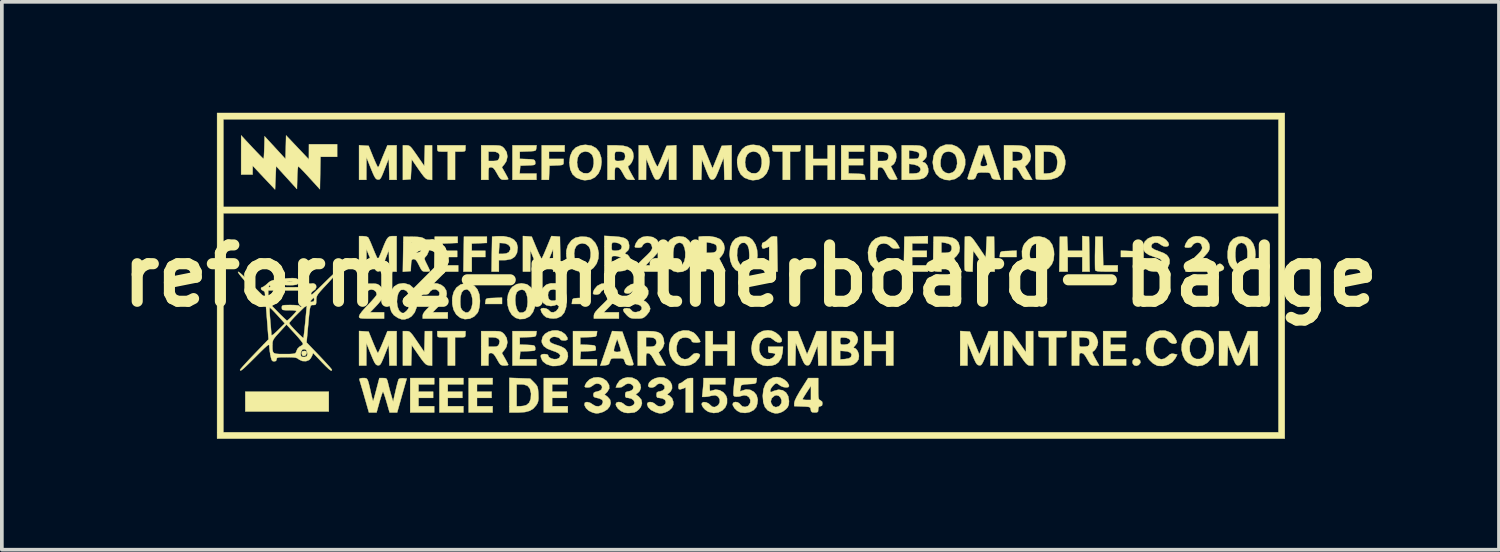
<source format=kicad_pcb>
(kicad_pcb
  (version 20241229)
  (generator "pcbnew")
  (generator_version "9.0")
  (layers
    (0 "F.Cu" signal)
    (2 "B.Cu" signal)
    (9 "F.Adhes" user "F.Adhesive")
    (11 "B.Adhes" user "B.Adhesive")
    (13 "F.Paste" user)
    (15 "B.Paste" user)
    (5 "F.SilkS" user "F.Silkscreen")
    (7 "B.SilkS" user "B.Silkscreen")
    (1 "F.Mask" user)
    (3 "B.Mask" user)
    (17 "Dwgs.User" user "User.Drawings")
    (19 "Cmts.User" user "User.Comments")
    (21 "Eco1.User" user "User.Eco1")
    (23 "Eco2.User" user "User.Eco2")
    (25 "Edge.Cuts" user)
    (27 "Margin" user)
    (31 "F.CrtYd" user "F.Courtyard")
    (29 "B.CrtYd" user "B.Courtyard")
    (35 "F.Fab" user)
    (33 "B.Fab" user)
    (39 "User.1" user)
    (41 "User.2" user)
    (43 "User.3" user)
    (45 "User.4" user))
  (footprint "reform2-motherboard-badge"
    (layer "F.Cu")
    (at 17.243 4.408)
    (property "Reference" "reform2-motherboard-badge" (at 0 0 0) (layer "F.SilkS") (effects (font (size 1.524 1.524) (thickness 0.3))))
    (attr through_hole)
    (fp_poly (pts (xy -11.402 3.669) (xy -13.66 3.669) (xy -13.66 3.133) (xy -11.402 3.133) (xy -11.402 3.669)) (stroke (width 0.01) (type solid)) (fill yes) (layer "F.SilkS"))
    (fp_poly (pts (xy -6.717 0.762) (xy -7.172 0.762) (xy -7.163 0.684) (xy -7.156 0.645) (xy -7.139 0.622) (xy -7.098 0.609) (xy -7.022 0.602) (xy -6.936 0.599) (xy -6.717 0.59) (xy -6.717 0.762)) (stroke (width 0.01) (type solid)) (fill yes) (layer "F.SilkS"))
    (fp_poly (pts (xy -4.374 0.762) (xy -4.83 0.762) (xy -4.821 0.684) (xy -4.814 0.645) (xy -4.796 0.622) (xy -4.756 0.609) (xy -4.68 0.602) (xy -4.593 0.599) (xy -4.374 0.59) (xy -4.374 0.762)) (stroke (width 0.01) (type solid)) (fill yes) (layer "F.SilkS"))
    (fp_poly (pts (xy 7.197 -0.508) (xy 6.741 -0.508) (xy 6.75 -0.586) (xy 6.757 -0.625) (xy 6.775 -0.648) (xy 6.816 -0.661) (xy 6.891 -0.668) (xy 6.978 -0.671) (xy 7.197 -0.68) (xy 7.197 -0.508)) (stroke (width 0.01) (type solid)) (fill yes) (layer "F.SilkS"))
    (fp_poly (pts (xy 10.238 -0.671) (xy 10.348 -0.666) (xy 10.413 -0.659) (xy 10.447 -0.644) (xy 10.461 -0.616) (xy 10.465 -0.586) (xy 10.474 -0.508) (xy 10.019 -0.508) (xy 10.019 -0.68) (xy 10.238 -0.671)) (stroke (width 0.01) (type solid)) (fill yes) (layer "F.SilkS"))
    (fp_poly (pts (xy -12.01 2.041) (xy -11.998 2.078) (xy -12 2.095) (xy -12.026 2.148) (xy -12.073 2.171) (xy -12.116 2.155) (xy -12.133 2.113) (xy -12.136 2.084) (xy -12.117 2.043) (xy -12.063 2.032) (xy -12.01 2.041)) (stroke (width 0.01) (type solid)) (fill yes) (layer "F.SilkS"))
    (fp_poly (pts (xy -7.126 -0.889) (xy -7.535 -0.872) (xy -7.535 -0.677) (xy -7.168 -0.677) (xy -7.168 -0.508) (xy -7.535 -0.508) (xy -7.535 -0.113) (xy -7.762 -0.113) (xy -7.747 -1.058) (xy -7.126 -1.058) (xy -7.126 -0.889)) (stroke (width 0.01) (type solid)) (fill yes) (layer "F.SilkS"))
    (fp_poly (pts (xy 10.488 2.246) (xy 10.537 2.287) (xy 10.549 2.343) (xy 10.546 2.354) (xy 10.5 2.412) (xy 10.434 2.435) (xy 10.373 2.417) (xy 10.334 2.361) (xy 10.336 2.298) (xy 10.376 2.249) (xy 10.416 2.235) (xy 10.488 2.246)) (stroke (width 0.01) (type solid)) (fill yes) (layer "F.SilkS"))
    (fp_poly (pts (xy -8.551 2.935) (xy -8.975 2.935) (xy -8.975 3.133) (xy -8.58 3.133) (xy -8.58 3.302) (xy -8.975 3.302) (xy -8.975 3.528) (xy -8.551 3.528) (xy -8.551 3.697) (xy -9.2 3.697) (xy -9.2 2.766) (xy -8.551 2.766) (xy -8.551 2.935)) (stroke (width 0.01) (type solid)) (fill yes) (layer "F.SilkS"))
    (fp_poly (pts (xy -7.916 -0.889) (xy -8.326 -0.872) (xy -8.326 -0.677) (xy -7.93 -0.677) (xy -7.93 -0.508) (xy -8.326 -0.508) (xy -8.326 -0.282) (xy -7.902 -0.282) (xy -7.902 -0.113) (xy -8.553 -0.113) (xy -8.537 -1.058) (xy -7.916 -1.058) (xy -7.916 -0.889)) (stroke (width 0.01) (type solid)) (fill yes) (layer "F.SilkS"))
    (fp_poly (pts (xy -7.761 2.935) (xy -8.184 2.935) (xy -8.184 3.133) (xy -7.789 3.133) (xy -7.789 3.302) (xy -8.184 3.302) (xy -8.184 3.528) (xy -7.761 3.528) (xy -7.761 3.697) (xy -8.41 3.697) (xy -8.41 2.766) (xy -7.761 2.766) (xy -7.761 2.935)) (stroke (width 0.01) (type solid)) (fill yes) (layer "F.SilkS"))
    (fp_poly (pts (xy -6.971 2.935) (xy -7.394 2.935) (xy -7.394 3.133) (xy -6.999 3.133) (xy -6.999 3.302) (xy -7.394 3.302) (xy -7.394 3.528) (xy -6.971 3.528) (xy -6.971 3.697) (xy -7.62 3.697) (xy -7.62 2.766) (xy -6.971 2.766) (xy -6.971 2.935)) (stroke (width 0.01) (type solid)) (fill yes) (layer "F.SilkS"))
    (fp_poly (pts (xy -4.939 2.935) (xy -5.362 2.935) (xy -5.362 3.133) (xy -4.967 3.133) (xy -4.967 3.302) (xy -5.362 3.302) (xy -5.362 3.528) (xy -4.939 3.528) (xy -4.939 3.697) (xy -5.588 3.697) (xy -5.588 2.766) (xy -4.939 2.766) (xy -4.939 2.935)) (stroke (width 0.01) (type solid)) (fill yes) (layer "F.SilkS"))
    (fp_poly (pts (xy -1.016 1.863) (xy -0.621 1.863) (xy -0.621 1.496) (xy -0.423 1.496) (xy -0.423 2.427) (xy -0.621 2.427) (xy -0.621 2.032) (xy -1.016 2.032) (xy -1.016 2.427) (xy -1.214 2.427) (xy -1.214 1.496) (xy -1.016 1.496) (xy -1.016 1.863)) (stroke (width 0.01) (type solid)) (fill yes) (layer "F.SilkS"))
    (fp_poly (pts (xy 1.693 -3.161) (xy 2.088 -3.161) (xy 2.088 -3.528) (xy 2.286 -3.528) (xy 2.286 -2.596) (xy 2.088 -2.596) (xy 2.088 -2.992) (xy 1.693 -2.992) (xy 1.693 -2.596) (xy 1.496 -2.596) (xy 1.496 -3.528) (xy 1.693 -3.528) (xy 1.693 -3.161)) (stroke (width 0.01) (type solid)) (fill yes) (layer "F.SilkS"))
    (fp_poly (pts (xy 3.274 1.863) (xy 3.669 1.863) (xy 3.669 1.496) (xy 3.866 1.496) (xy 3.866 2.427) (xy 3.669 2.427) (xy 3.669 2.032) (xy 3.274 2.032) (xy 3.274 2.427) (xy 3.076 2.427) (xy 3.076 1.496) (xy 3.274 1.496) (xy 3.274 1.863)) (stroke (width 0.01) (type solid)) (fill yes) (layer "F.SilkS"))
    (fp_poly (pts (xy 4.798 -0.875) (xy 4.374 -0.875) (xy 4.374 -0.677) (xy 4.77 -0.677) (xy 4.77 -0.508) (xy 4.374 -0.508) (xy 4.374 -0.282) (xy 4.798 -0.282) (xy 4.798 -0.113) (xy 4.147 -0.113) (xy 4.163 -1.058) (xy 4.798 -1.074) (xy 4.798 -0.875)) (stroke (width 0.01) (type solid)) (fill yes) (layer "F.SilkS"))
    (fp_poly (pts (xy 9.158 -1.058) (xy 9.174 -0.113) (xy 8.975 -0.113) (xy 8.975 -0.508) (xy 8.58 -0.508) (xy 8.58 -0.113) (xy 8.352 -0.113) (xy 8.368 -1.058) (xy 8.565 -1.058) (xy 8.582 -0.677) (xy 8.975 -0.677) (xy 8.975 -1.076) (xy 9.158 -1.058)) (stroke (width 0.01) (type solid)) (fill yes) (layer "F.SilkS"))
    (fp_poly (pts (xy 10.16 1.665) (xy 9.737 1.665) (xy 9.737 1.863) (xy 10.132 1.863) (xy 10.132 2.032) (xy 9.737 2.032) (xy 9.737 2.258) (xy 10.16 2.258) (xy 10.16 2.427) (xy 9.539 2.427) (xy 9.539 1.496) (xy 10.16 1.496) (xy 10.16 1.665)) (stroke (width 0.01) (type solid)) (fill yes) (layer "F.SilkS"))
    (fp_poly (pts (xy 12.745 -0.305) (xy 12.767 -0.285) (xy 12.806 -0.233) (xy 12.802 -0.188) (xy 12.796 -0.176) (xy 12.748 -0.138) (xy 12.681 -0.117) (xy 12.622 -0.121) (xy 12.607 -0.13) (xy 12.586 -0.186) (xy 12.599 -0.254) (xy 12.639 -0.307) (xy 12.647 -0.312) (xy 12.698 -0.328) (xy 12.745 -0.305)) (stroke (width 0.01) (type solid)) (fill yes) (layer "F.SilkS"))
    (fp_poly (pts (xy -5.024 -3.358) (xy -5.447 -3.358) (xy -5.447 -3.161) (xy -5.052 -3.161) (xy -5.052 -3.078) (xy -5.054 -3.033) (xy -5.069 -3.008) (xy -5.108 -2.995) (xy -5.186 -2.988) (xy -5.242 -2.986) (xy -5.433 -2.977) (xy -5.449 -2.596) (xy -5.644 -2.596) (xy -5.644 -3.528) (xy -5.024 -3.528) (xy -5.024 -3.358)) (stroke (width 0.01) (type solid)) (fill yes) (layer "F.SilkS"))
    (fp_poly (pts (xy -7.705 -3.443) (xy -7.708 -3.393) (xy -7.727 -3.368) (xy -7.776 -3.359) (xy -7.846 -3.358) (xy -7.987 -3.358) (xy -7.987 -2.596) (xy -8.184 -2.596) (xy -8.184 -3.358) (xy -8.326 -3.358) (xy -8.409 -3.36) (xy -8.451 -3.372) (xy -8.465 -3.401) (xy -8.467 -3.443) (xy -8.467 -3.528) (xy -7.705 -3.528) (xy -7.705 -3.443)) (stroke (width 0.01) (type solid)) (fill yes) (layer "F.SilkS"))
    (fp_poly (pts (xy -7.705 1.58) (xy -7.708 1.631) (xy -7.727 1.656) (xy -7.776 1.664) (xy -7.846 1.665) (xy -7.987 1.665) (xy -7.987 2.427) (xy -8.184 2.427) (xy -8.184 1.665) (xy -8.326 1.665) (xy -8.409 1.663) (xy -8.451 1.652) (xy -8.465 1.622) (xy -8.467 1.58) (xy -8.467 1.496) (xy -7.705 1.496) (xy -7.705 1.58)) (stroke (width 0.01) (type solid)) (fill yes) (layer "F.SilkS"))
    (fp_poly (pts (xy -1.552 3.697) (xy -1.75 3.697) (xy -1.75 3.021) (xy -1.822 3.049) (xy -1.897 3.072) (xy -1.935 3.064) (xy -1.947 3.018) (xy -1.947 2.992) (xy -1.935 2.925) (xy -1.904 2.907) (xy -1.855 2.888) (xy -1.796 2.842) (xy -1.79 2.836) (xy -1.703 2.78) (xy -1.636 2.766) (xy -1.552 2.766) (xy -1.552 3.697)) (stroke (width 0.01) (type solid)) (fill yes) (layer "F.SilkS"))
    (fp_poly (pts (xy 1.355 -3.443) (xy 1.352 -3.393) (xy 1.333 -3.368) (xy 1.283 -3.359) (xy 1.214 -3.358) (xy 1.072 -3.358) (xy 1.072 -2.596) (xy 0.875 -2.596) (xy 0.875 -3.358) (xy 0.734 -3.358) (xy 0.65 -3.36) (xy 0.609 -3.372) (xy 0.594 -3.401) (xy 0.593 -3.443) (xy 0.593 -3.528) (xy 1.355 -3.528) (xy 1.355 -3.443)) (stroke (width 0.01) (type solid)) (fill yes) (layer "F.SilkS"))
    (fp_poly (pts (xy 8.551 1.58) (xy 8.548 1.631) (xy 8.529 1.656) (xy 8.48 1.664) (xy 8.41 1.665) (xy 8.269 1.665) (xy 8.269 2.427) (xy 8.072 2.427) (xy 8.072 1.665) (xy 7.93 1.665) (xy 7.847 1.663) (xy 7.805 1.652) (xy 7.791 1.622) (xy 7.789 1.58) (xy 7.789 1.496) (xy 8.551 1.496) (xy 8.551 1.58)) (stroke (width 0.01) (type solid)) (fill yes) (layer "F.SilkS"))
    (fp_poly (pts (xy 9.533 -0.67) (xy 9.541 -0.282) (xy 9.934 -0.282) (xy 9.934 -0.113) (xy 9.637 -0.113) (xy 9.491 -0.115) (xy 9.395 -0.122) (xy 9.342 -0.135) (xy 9.326 -0.149) (xy 9.321 -0.189) (xy 9.319 -0.275) (xy 9.318 -0.395) (xy 9.318 -0.54) (xy 9.32 -0.622) (xy 9.327 -1.058) (xy 9.525 -1.058) (xy 9.533 -0.67)) (stroke (width 0.01) (type solid)) (fill yes) (layer "F.SilkS"))
    (fp_poly (pts (xy 0.641 -1.067) (xy 0.72 -1.058) (xy 0.735 -0.113) (xy 0.508 -0.113) (xy 0.508 -0.789) (xy 0.436 -0.761) (xy 0.361 -0.738) (xy 0.323 -0.746) (xy 0.311 -0.792) (xy 0.31 -0.818) (xy 0.322 -0.884) (xy 0.356 -0.903) (xy 0.402 -0.923) (xy 0.463 -0.971) (xy 0.482 -0.99) (xy 0.553 -1.051) (xy 0.622 -1.069) (xy 0.641 -1.067)) (stroke (width 0.01) (type solid)) (fill yes) (layer "F.SilkS"))
    (fp_poly (pts (xy 3.076 -3.358) (xy 2.653 -3.358) (xy 2.653 -3.161) (xy 3.048 -3.161) (xy 3.048 -2.992) (xy 2.653 -2.992) (xy 2.653 -2.768) (xy 2.872 -2.76) (xy 2.982 -2.755) (xy 3.047 -2.747) (xy 3.081 -2.732) (xy 3.095 -2.705) (xy 3.099 -2.674) (xy 3.108 -2.596) (xy 2.455 -2.596) (xy 2.455 -3.528) (xy 3.076 -3.528) (xy 3.076 -3.358)) (stroke (width 0.01) (type solid)) (fill yes) (layer "F.SilkS"))
    (fp_poly (pts (xy 14.45 4.403) (xy -14.422 4.403) (xy -14.422 -1.693) (xy -14.252 -1.693) (xy -14.252 4.233) (xy 14.28 4.233) (xy 14.28 -1.693) (xy -14.252 -1.693) (xy -14.422 -1.693) (xy -14.422 -4.233) (xy -14.252 -4.233) (xy -14.252 -1.863) (xy 14.28 -1.863) (xy 14.28 -4.233) (xy -14.252 -4.233) (xy -14.422 -4.233) (xy -14.422 -4.403) (xy 14.45 -4.403) (xy 14.45 4.403)) (stroke (width 0.01) (type solid)) (fill yes) (layer "F.SilkS"))
    (fp_poly (pts (xy 6.999 1.499) (xy 7.036 1.512) (xy 7.075 1.544) (xy 7.124 1.602) (xy 7.191 1.694) (xy 7.252 1.783) (xy 7.451 2.069) (xy 7.451 1.496) (xy 7.648 1.496) (xy 7.648 2.427) (xy 7.565 2.427) (xy 7.527 2.422) (xy 7.49 2.403) (xy 7.446 2.361) (xy 7.389 2.289) (xy 7.311 2.179) (xy 7.283 2.139) (xy 7.084 1.852) (xy 7.084 2.427) (xy 6.858 2.427) (xy 6.858 1.496) (xy 6.956 1.496) (xy 6.999 1.499)) (stroke (width 0.01) (type solid)) (fill yes) (layer "F.SilkS"))
    (fp_poly (pts (xy -9.257 1.499) (xy -9.22 1.512) (xy -9.182 1.545) (xy -9.133 1.603) (xy -9.067 1.697) (xy -9.011 1.779) (xy -8.819 2.061) (xy -8.811 1.779) (xy -8.803 1.496) (xy -8.608 1.496) (xy -8.608 2.431) (xy -8.698 2.422) (xy -8.741 2.412) (xy -8.782 2.388) (xy -8.829 2.34) (xy -8.89 2.262) (xy -8.973 2.145) (xy -9.158 1.877) (xy -9.166 2.152) (xy -9.174 2.427) (xy -9.398 2.427) (xy -9.398 1.496) (xy -9.3 1.496) (xy -9.257 1.499)) (stroke (width 0.01) (type solid)) (fill yes) (layer "F.SilkS"))
    (fp_poly (pts (xy -9.258 -3.525) (xy -9.221 -3.511) (xy -9.181 -3.478) (xy -9.132 -3.418) (xy -9.065 -3.324) (xy -9.012 -3.248) (xy -8.819 -2.968) (xy -8.811 -3.248) (xy -8.803 -3.528) (xy -8.608 -3.528) (xy -8.608 -2.593) (xy -8.698 -2.602) (xy -8.741 -2.611) (xy -8.782 -2.636) (xy -8.829 -2.683) (xy -8.89 -2.762) (xy -8.973 -2.879) (xy -9.158 -3.147) (xy -9.172 -2.879) (xy -9.186 -2.611) (xy -9.292 -2.602) (xy -9.398 -2.593) (xy -9.398 -3.528) (xy -9.301 -3.528) (xy -9.258 -3.525)) (stroke (width 0.01) (type solid)) (fill yes) (layer "F.SilkS"))
    (fp_poly (pts (xy -5.791 -3.45) (xy -5.798 -3.411) (xy -5.815 -3.387) (xy -5.856 -3.375) (xy -5.932 -3.368) (xy -6.018 -3.364) (xy -6.237 -3.356) (xy -6.237 -3.163) (xy -6.032 -3.155) (xy -5.927 -3.15) (xy -5.865 -3.141) (xy -5.834 -3.124) (xy -5.822 -3.094) (xy -5.819 -3.07) (xy -5.817 -3.031) (xy -5.828 -3.008) (xy -5.865 -2.995) (xy -5.94 -2.989) (xy -6.017 -2.986) (xy -6.223 -2.977) (xy -6.241 -2.766) (xy -5.786 -2.766) (xy -5.786 -2.596) (xy -6.435 -2.596) (xy -6.435 -3.528) (xy -5.782 -3.528) (xy -5.791 -3.45)) (stroke (width 0.01) (type solid)) (fill yes) (layer "F.SilkS"))
    (fp_poly (pts (xy 5.936 1.51) (xy 6.063 1.816) (xy 6.19 2.122) (xy 6.441 1.496) (xy 6.689 1.496) (xy 6.689 2.427) (xy 6.491 2.427) (xy 6.49 2.138) (xy 6.488 1.849) (xy 6.371 2.139) (xy 6.32 2.266) (xy 6.282 2.349) (xy 6.252 2.397) (xy 6.225 2.419) (xy 6.195 2.422) (xy 6.184 2.421) (xy 6.15 2.411) (xy 6.119 2.384) (xy 6.086 2.331) (xy 6.045 2.242) (xy 5.993 2.117) (xy 5.873 1.82) (xy 5.872 2.124) (xy 5.87 2.427) (xy 5.673 2.427) (xy 5.673 1.493) (xy 5.936 1.51)) (stroke (width 0.01) (type solid)) (fill yes) (layer "F.SilkS"))
    (fp_poly (pts (xy -5.791 1.573) (xy -5.798 1.612) (xy -5.815 1.636) (xy -5.856 1.649) (xy -5.932 1.656) (xy -6.018 1.659) (xy -6.237 1.667) (xy -6.237 1.86) (xy -6.032 1.868) (xy -5.927 1.874) (xy -5.865 1.882) (xy -5.834 1.899) (xy -5.822 1.93) (xy -5.819 1.953) (xy -5.817 1.992) (xy -5.828 2.016) (xy -5.865 2.028) (xy -5.94 2.034) (xy -6.017 2.038) (xy -6.223 2.046) (xy -6.232 2.152) (xy -6.241 2.258) (xy -5.786 2.258) (xy -5.786 2.427) (xy -6.435 2.427) (xy -6.435 1.496) (xy -5.782 1.496) (xy -5.791 1.573)) (stroke (width 0.01) (type solid)) (fill yes) (layer "F.SilkS"))
    (fp_poly (pts (xy -4.154 1.573) (xy -4.161 1.612) (xy -4.178 1.636) (xy -4.219 1.649) (xy -4.295 1.656) (xy -4.381 1.659) (xy -4.6 1.667) (xy -4.6 1.86) (xy -4.396 1.868) (xy -4.29 1.874) (xy -4.228 1.882) (xy -4.198 1.899) (xy -4.185 1.93) (xy -4.182 1.953) (xy -4.18 1.992) (xy -4.191 2.016) (xy -4.229 2.028) (xy -4.303 2.034) (xy -4.38 2.038) (xy -4.586 2.046) (xy -4.595 2.152) (xy -4.604 2.258) (xy -4.149 2.258) (xy -4.149 2.427) (xy -4.798 2.427) (xy -4.798 1.496) (xy -4.145 1.496) (xy -4.154 1.573)) (stroke (width 0.01) (type solid)) (fill yes) (layer "F.SilkS"))
    (fp_poly (pts (xy -0.508 -2.596) (xy -0.704 -2.596) (xy -0.712 -2.899) (xy -0.72 -3.202) (xy -0.836 -2.906) (xy -0.889 -2.776) (xy -0.928 -2.689) (xy -0.961 -2.637) (xy -0.991 -2.611) (xy -1.023 -2.602) (xy -1.057 -2.602) (xy -1.084 -2.618) (xy -1.113 -2.658) (xy -1.147 -2.731) (xy -1.195 -2.847) (xy -1.203 -2.869) (xy -1.312 -3.145) (xy -1.32 -2.871) (xy -1.328 -2.596) (xy -1.552 -2.596) (xy -1.552 -3.528) (xy -1.281 -3.528) (xy -1.153 -3.215) (xy -1.025 -2.902) (xy -0.776 -3.514) (xy -0.642 -3.522) (xy -0.508 -3.531) (xy -0.508 -2.596)) (stroke (width 0.01) (type solid)) (fill yes) (layer "F.SilkS"))
    (fp_poly (pts (xy 5.957 -1.055) (xy 5.995 -1.023) (xy 6.043 -0.964) (xy 6.11 -0.869) (xy 6.168 -0.785) (xy 6.364 -0.494) (xy 6.392 -1.058) (xy 6.59 -1.058) (xy 6.605 -0.113) (xy 6.51 -0.113) (xy 6.468 -0.116) (xy 6.431 -0.13) (xy 6.392 -0.163) (xy 6.342 -0.224) (xy 6.275 -0.318) (xy 6.22 -0.398) (xy 6.025 -0.683) (xy 6.009 -0.113) (xy 5.911 -0.113) (xy 5.841 -0.122) (xy 5.8 -0.146) (xy 5.798 -0.149) (xy 5.794 -0.189) (xy 5.791 -0.275) (xy 5.79 -0.395) (xy 5.791 -0.54) (xy 5.792 -0.622) (xy 5.8 -1.058) (xy 5.885 -1.067) (xy 5.923 -1.067) (xy 5.957 -1.055)) (stroke (width 0.01) (type solid)) (fill yes) (layer "F.SilkS"))
    (fp_poly (pts (xy 13.068 1.809) (xy 13.191 2.122) (xy 13.251 1.985) (xy 13.295 1.882) (xy 13.346 1.757) (xy 13.379 1.672) (xy 13.448 1.496) (xy 13.716 1.496) (xy 13.716 2.427) (xy 13.52 2.427) (xy 13.512 2.124) (xy 13.504 1.822) (xy 13.388 2.117) (xy 13.335 2.248) (xy 13.296 2.335) (xy 13.263 2.386) (xy 13.233 2.412) (xy 13.201 2.422) (xy 13.167 2.422) (xy 13.14 2.406) (xy 13.111 2.366) (xy 13.077 2.292) (xy 13.029 2.176) (xy 13.021 2.154) (xy 12.912 1.878) (xy 12.904 2.153) (xy 12.896 2.427) (xy 12.672 2.427) (xy 12.672 1.496) (xy 12.945 1.496) (xy 13.068 1.809)) (stroke (width 0.01) (type solid)) (fill yes) (layer "F.SilkS"))
    (fp_poly (pts (xy -6.514 -1.038) (xy -6.395 -0.977) (xy -6.321 -0.887) (xy -6.294 -0.77) (xy -6.294 -0.763) (xy -6.312 -0.62) (xy -6.37 -0.518) (xy -6.467 -0.453) (xy -6.608 -0.425) (xy -6.662 -0.423) (xy -6.802 -0.423) (xy -6.802 -0.113) (xy -7 -0.113) (xy -6.993 -0.593) (xy -6.805 -0.593) (xy -6.692 -0.593) (xy -6.603 -0.604) (xy -6.54 -0.633) (xy -6.535 -0.637) (xy -6.492 -0.71) (xy -6.498 -0.782) (xy -6.548 -0.841) (xy -6.634 -0.877) (xy -6.675 -0.882) (xy -6.787 -0.889) (xy -6.796 -0.741) (xy -6.805 -0.593) (xy -6.993 -0.593) (xy -6.985 -1.058) (xy -6.872 -1.068) (xy -6.674 -1.069) (xy -6.514 -1.038)) (stroke (width 0.01) (type solid)) (fill yes) (layer "F.SilkS"))
    (fp_poly (pts (xy -2.004 -2.596) (xy -2.201 -2.596) (xy -2.204 -3.203) (xy -2.324 -2.907) (xy -2.378 -2.776) (xy -2.419 -2.689) (xy -2.452 -2.637) (xy -2.483 -2.611) (xy -2.515 -2.602) (xy -2.548 -2.602) (xy -2.575 -2.617) (xy -2.603 -2.656) (xy -2.638 -2.728) (xy -2.685 -2.841) (xy -2.703 -2.884) (xy -2.819 -3.175) (xy -2.822 -2.596) (xy -3.02 -2.596) (xy -3.02 -3.528) (xy -2.772 -3.528) (xy -2.652 -3.23) (xy -2.603 -3.114) (xy -2.56 -3.024) (xy -2.527 -2.967) (xy -2.51 -2.954) (xy -2.491 -2.989) (xy -2.456 -3.063) (xy -2.411 -3.166) (xy -2.378 -3.246) (xy -2.267 -3.514) (xy -2.135 -3.522) (xy -2.004 -3.531) (xy -2.004 -2.596)) (stroke (width 0.01) (type solid)) (fill yes) (layer "F.SilkS"))
    (fp_poly (pts (xy 2.06 2.427) (xy 1.836 2.427) (xy 1.828 2.153) (xy 1.82 1.878) (xy 1.711 2.154) (xy 1.662 2.278) (xy 1.625 2.357) (xy 1.596 2.402) (xy 1.569 2.42) (xy 1.537 2.422) (xy 1.531 2.422) (xy 1.498 2.412) (xy 1.467 2.385) (xy 1.435 2.332) (xy 1.395 2.243) (xy 1.344 2.117) (xy 1.228 1.822) (xy 1.22 2.124) (xy 1.212 2.427) (xy 1.016 2.427) (xy 1.016 1.496) (xy 1.15 1.496) (xy 1.284 1.496) (xy 1.408 1.809) (xy 1.531 2.121) (xy 1.579 2.013) (xy 1.614 1.932) (xy 1.659 1.822) (xy 1.705 1.705) (xy 1.707 1.7) (xy 1.787 1.496) (xy 2.06 1.496) (xy 2.06 2.427)) (stroke (width 0.01) (type solid)) (fill yes) (layer "F.SilkS"))
    (fp_poly (pts (xy -10.324 -3.514) (xy -10.207 -3.225) (xy -10.158 -3.109) (xy -10.116 -3.015) (xy -10.085 -2.954) (xy -10.071 -2.935) (xy -10.05 -2.959) (xy -10.025 -3.013) (xy -10.002 -3.075) (xy -9.964 -3.171) (xy -9.918 -3.283) (xy -9.907 -3.309) (xy -9.816 -3.528) (xy -9.567 -3.528) (xy -9.567 -2.596) (xy -9.763 -2.596) (xy -9.779 -3.175) (xy -9.892 -2.885) (xy -9.942 -2.757) (xy -9.979 -2.674) (xy -10.008 -2.627) (xy -10.035 -2.605) (xy -10.065 -2.602) (xy -10.075 -2.602) (xy -10.109 -2.612) (xy -10.139 -2.639) (xy -10.172 -2.693) (xy -10.213 -2.782) (xy -10.264 -2.907) (xy -10.383 -3.203) (xy -10.386 -2.596) (xy -10.583 -2.596) (xy -10.583 -3.531) (xy -10.324 -3.514)) (stroke (width 0.01) (type solid)) (fill yes) (layer "F.SilkS"))
    (fp_poly (pts (xy -10.324 1.51) (xy -10.207 1.799) (xy -10.158 1.915) (xy -10.117 2.009) (xy -10.087 2.07) (xy -10.074 2.088) (xy -10.058 2.064) (xy -10.026 1.997) (xy -9.982 1.9) (xy -9.937 1.792) (xy -9.815 1.496) (xy -9.567 1.496) (xy -9.567 2.427) (xy -9.763 2.427) (xy -9.771 2.143) (xy -9.779 1.859) (xy -9.892 2.144) (xy -9.943 2.27) (xy -9.98 2.351) (xy -10.009 2.398) (xy -10.036 2.418) (xy -10.067 2.422) (xy -10.075 2.421) (xy -10.109 2.411) (xy -10.139 2.384) (xy -10.172 2.331) (xy -10.213 2.242) (xy -10.265 2.117) (xy -10.385 1.82) (xy -10.385 2.124) (xy -10.386 2.427) (xy -10.583 2.427) (xy -10.583 1.493) (xy -10.324 1.51)) (stroke (width 0.01) (type solid)) (fill yes) (layer "F.SilkS"))
    (fp_poly (pts (xy -6.238 2.77) (xy -5.956 2.78) (xy -5.85 2.886) (xy -5.795 2.945) (xy -5.762 2.997) (xy -5.745 3.061) (xy -5.736 3.156) (xy -5.734 3.196) (xy -5.731 3.31) (xy -5.739 3.387) (xy -5.76 3.448) (xy -5.791 3.5) (xy -5.87 3.591) (xy -5.967 3.651) (xy -6.095 3.685) (xy -6.264 3.697) (xy -6.287 3.697) (xy -6.519 3.697) (xy -6.519 2.935) (xy -6.322 2.935) (xy -6.322 3.528) (xy -6.224 3.528) (xy -6.134 3.518) (xy -6.057 3.496) (xy -5.982 3.432) (xy -5.94 3.328) (xy -5.932 3.192) (xy -5.934 3.169) (xy -5.965 3.049) (xy -6.027 2.975) (xy -6.128 2.94) (xy -6.198 2.935) (xy -6.322 2.935) (xy -6.519 2.935) (xy -6.519 2.76) (xy -6.238 2.77)) (stroke (width 0.01) (type solid)) (fill yes) (layer "F.SilkS"))
    (fp_poly (pts (xy -6.033 -1.067) (xy -5.914 -1.058) (xy -5.788 -0.756) (xy -5.738 -0.639) (xy -5.694 -0.545) (xy -5.661 -0.484) (xy -5.645 -0.465) (xy -5.628 -0.494) (xy -5.595 -0.565) (xy -5.551 -0.666) (xy -5.505 -0.776) (xy -5.382 -1.075) (xy -5.266 -1.067) (xy -5.151 -1.058) (xy -5.143 -0.586) (xy -5.135 -0.113) (xy -5.334 -0.113) (xy -5.335 -0.416) (xy -5.337 -0.72) (xy -5.457 -0.423) (xy -5.511 -0.293) (xy -5.552 -0.206) (xy -5.585 -0.154) (xy -5.615 -0.128) (xy -5.648 -0.119) (xy -5.68 -0.119) (xy -5.708 -0.134) (xy -5.736 -0.173) (xy -5.771 -0.244) (xy -5.818 -0.357) (xy -5.835 -0.401) (xy -5.952 -0.691) (xy -5.953 -0.402) (xy -5.955 -0.113) (xy -6.152 -0.113) (xy -6.152 -1.076) (xy -6.033 -1.067)) (stroke (width 0.01) (type solid)) (fill yes) (layer "F.SilkS"))
    (fp_poly (pts (xy -3.794 0.221) (xy -3.688 0.283) (xy -3.663 0.308) (xy -3.604 0.392) (xy -3.582 0.473) (xy -3.601 0.562) (xy -3.663 0.664) (xy -3.768 0.787) (xy -3.805 0.826) (xy -3.963 0.988) (xy -3.556 0.988) (xy -3.556 1.157) (xy -4.233 1.157) (xy -4.233 1.078) (xy -4.224 1.032) (xy -4.192 0.978) (xy -4.131 0.907) (xy -4.035 0.81) (xy -4.008 0.785) (xy -3.89 0.667) (xy -3.816 0.576) (xy -3.782 0.504) (xy -3.785 0.446) (xy -3.816 0.401) (xy -3.883 0.367) (xy -3.961 0.372) (xy -4.025 0.412) (xy -4.041 0.437) (xy -4.08 0.489) (xy -4.145 0.507) (xy -4.167 0.508) (xy -4.234 0.501) (xy -4.258 0.474) (xy -4.243 0.417) (xy -4.219 0.366) (xy -4.142 0.274) (xy -4.036 0.218) (xy -3.915 0.2) (xy -3.794 0.221)) (stroke (width 0.01) (type solid)) (fill yes) (layer "F.SilkS"))
    (fp_poly (pts (xy -8.471 0.207) (xy -8.366 0.244) (xy -8.281 0.308) (xy -8.226 0.399) (xy -8.213 0.483) (xy -8.223 0.549) (xy -8.258 0.62) (xy -8.324 0.707) (xy -8.428 0.82) (xy -8.434 0.826) (xy -8.592 0.988) (xy -8.184 0.988) (xy -8.184 1.157) (xy -8.862 1.157) (xy -8.862 1.079) (xy -8.853 1.034) (xy -8.82 0.98) (xy -8.757 0.908) (xy -8.658 0.81) (xy -8.636 0.79) (xy -8.518 0.671) (xy -8.443 0.579) (xy -8.409 0.506) (xy -8.412 0.446) (xy -8.444 0.401) (xy -8.512 0.367) (xy -8.59 0.372) (xy -8.653 0.412) (xy -8.669 0.437) (xy -8.708 0.489) (xy -8.773 0.507) (xy -8.796 0.508) (xy -8.859 0.506) (xy -8.884 0.491) (xy -8.877 0.449) (xy -8.85 0.382) (xy -8.785 0.287) (xy -8.692 0.227) (xy -8.584 0.201) (xy -8.471 0.207)) (stroke (width 0.01) (type solid)) (fill yes) (layer "F.SilkS"))
    (fp_poly (pts (xy 7.966 -3.528) (xy 8.102 -3.525) (xy 8.196 -3.516) (xy 8.265 -3.498) (xy 8.32 -3.47) (xy 8.417 -3.381) (xy 8.484 -3.256) (xy 8.515 -3.111) (xy 8.514 -3.015) (xy 8.476 -2.856) (xy 8.403 -2.738) (xy 8.293 -2.657) (xy 8.141 -2.61) (xy 7.954 -2.596) (xy 7.85 -2.599) (xy 7.768 -2.605) (xy 7.726 -2.614) (xy 7.723 -2.615) (xy 7.717 -2.649) (xy 7.712 -2.728) (xy 7.707 -2.844) (xy 7.705 -2.987) (xy 7.705 -3.081) (xy 7.705 -3.358) (xy 7.93 -3.358) (xy 7.93 -2.766) (xy 8.013 -2.766) (xy 8.102 -2.775) (xy 8.167 -2.793) (xy 8.242 -2.843) (xy 8.285 -2.929) (xy 8.301 -3.059) (xy 8.302 -3.086) (xy 8.281 -3.216) (xy 8.223 -3.303) (xy 8.126 -3.35) (xy 8.042 -3.358) (xy 7.93 -3.358) (xy 7.705 -3.358) (xy 7.705 -3.528) (xy 7.966 -3.528)) (stroke (width 0.01) (type solid)) (fill yes) (layer "F.SilkS"))
    (fp_poly (pts (xy -2.646 -1.047) (xy -2.631 -1.042) (xy -2.532 -0.98) (xy -2.472 -0.881) (xy -2.455 -0.774) (xy -2.461 -0.72) (xy -2.481 -0.668) (xy -2.525 -0.606) (xy -2.6 -0.522) (xy -2.643 -0.477) (xy -2.831 -0.282) (xy -2.427 -0.282) (xy -2.427 -0.113) (xy -3.104 -0.113) (xy -3.104 -0.19) (xy -3.095 -0.236) (xy -3.062 -0.291) (xy -2.999 -0.363) (xy -2.899 -0.461) (xy -2.876 -0.482) (xy -2.774 -0.58) (xy -2.708 -0.65) (xy -2.672 -0.701) (xy -2.657 -0.743) (xy -2.658 -0.775) (xy -2.679 -0.844) (xy -2.712 -0.883) (xy -2.78 -0.9) (xy -2.853 -0.883) (xy -2.906 -0.84) (xy -2.915 -0.819) (xy -2.941 -0.778) (xy -2.999 -0.763) (xy -3.031 -0.762) (xy -3.099 -0.764) (xy -3.126 -0.779) (xy -3.12 -0.82) (xy -3.093 -0.888) (xy -3.023 -0.987) (xy -2.918 -1.049) (xy -2.789 -1.07) (xy -2.646 -1.047)) (stroke (width 0.01) (type solid)) (fill yes) (layer "F.SilkS"))
    (fp_poly (pts (xy -2.622 1.502) (xy -2.506 1.524) (xy -2.426 1.565) (xy -2.375 1.631) (xy -2.346 1.708) (xy -2.331 1.833) (xy -2.366 1.939) (xy -2.415 2.004) (xy -2.481 2.074) (xy -2.292 2.427) (xy -2.409 2.427) (xy -2.473 2.424) (xy -2.517 2.409) (xy -2.553 2.369) (xy -2.596 2.293) (xy -2.611 2.265) (xy -2.673 2.161) (xy -2.726 2.106) (xy -2.759 2.094) (xy -2.794 2.093) (xy -2.813 2.111) (xy -2.821 2.16) (xy -2.822 2.253) (xy -2.822 2.427) (xy -3.048 2.427) (xy -3.048 1.665) (xy -2.822 1.665) (xy -2.822 1.919) (xy -2.715 1.919) (xy -2.636 1.911) (xy -2.58 1.89) (xy -2.574 1.885) (xy -2.546 1.83) (xy -2.54 1.792) (xy -2.56 1.718) (xy -2.624 1.676) (xy -2.715 1.665) (xy -2.822 1.665) (xy -3.048 1.665) (xy -3.048 1.496) (xy -2.784 1.496) (xy -2.622 1.502)) (stroke (width 0.01) (type solid)) (fill yes) (layer "F.SilkS"))
    (fp_poly (pts (xy 12.161 -1.065) (xy 12.265 -1.027) (xy 12.35 -0.961) (xy 12.405 -0.867) (xy 12.418 -0.782) (xy 12.413 -0.725) (xy 12.396 -0.674) (xy 12.357 -0.616) (xy 12.289 -0.539) (xy 12.23 -0.477) (xy 12.042 -0.282) (xy 12.446 -0.282) (xy 12.446 -0.113) (xy 11.769 -0.113) (xy 11.769 -0.19) (xy 11.778 -0.236) (xy 11.811 -0.291) (xy 11.875 -0.363) (xy 11.974 -0.461) (xy 11.997 -0.482) (xy 12.099 -0.58) (xy 12.165 -0.65) (xy 12.201 -0.701) (xy 12.216 -0.743) (xy 12.216 -0.775) (xy 12.194 -0.844) (xy 12.161 -0.883) (xy 12.092 -0.9) (xy 12.018 -0.882) (xy 11.962 -0.839) (xy 11.952 -0.818) (xy 11.921 -0.777) (xy 11.855 -0.762) (xy 11.837 -0.762) (xy 11.773 -0.764) (xy 11.747 -0.779) (xy 11.753 -0.821) (xy 11.781 -0.888) (xy 11.846 -0.985) (xy 11.94 -1.046) (xy 12.048 -1.072) (xy 12.161 -1.065)) (stroke (width 0.01) (type solid)) (fill yes) (layer "F.SilkS"))
    (fp_poly (pts (xy -7.582 0.213) (xy -7.468 0.268) (xy -7.383 0.367) (xy -7.33 0.504) (xy -7.313 0.677) (xy -7.317 0.748) (xy -7.331 0.856) (xy -7.355 0.95) (xy -7.377 1.001) (xy -7.473 1.103) (xy -7.592 1.161) (xy -7.722 1.173) (xy -7.845 1.137) (xy -7.954 1.049) (xy -8.028 0.918) (xy -8.062 0.765) (xy -8.063 0.679) (xy -7.846 0.679) (xy -7.843 0.789) (xy -7.833 0.859) (xy -7.809 0.909) (xy -7.777 0.946) (xy -7.702 0.995) (xy -7.632 0.989) (xy -7.573 0.93) (xy -7.54 0.858) (xy -7.517 0.744) (xy -7.519 0.625) (xy -7.543 0.516) (xy -7.584 0.428) (xy -7.64 0.376) (xy -7.677 0.367) (xy -7.758 0.389) (xy -7.811 0.455) (xy -7.84 0.569) (xy -7.846 0.679) (xy -8.063 0.679) (xy -8.063 0.589) (xy -8.024 0.438) (xy -7.949 0.319) (xy -7.842 0.239) (xy -7.723 0.205) (xy -7.582 0.213)) (stroke (width 0.01) (type solid)) (fill yes) (layer "F.SilkS"))
    (fp_poly (pts (xy -4.299 -3.519) (xy -4.174 -3.452) (xy -4.085 -3.344) (xy -4.036 -3.197) (xy -4.025 -3.08) (xy -4.046 -2.909) (xy -4.108 -2.769) (xy -4.204 -2.664) (xy -4.329 -2.601) (xy -4.477 -2.584) (xy -4.564 -2.597) (xy -4.708 -2.652) (xy -4.81 -2.746) (xy -4.872 -2.878) (xy -4.895 -3.051) (xy -4.895 -3.062) (xy -4.894 -3.071) (xy -4.689 -3.071) (xy -4.676 -2.953) (xy -4.634 -2.857) (xy -4.616 -2.835) (xy -4.52 -2.776) (xy -4.41 -2.77) (xy -4.362 -2.783) (xy -4.3 -2.834) (xy -4.258 -2.923) (xy -4.237 -3.032) (xy -4.239 -3.144) (xy -4.268 -3.245) (xy -4.292 -3.284) (xy -4.372 -3.345) (xy -4.469 -3.363) (xy -4.564 -3.337) (xy -4.626 -3.284) (xy -4.673 -3.188) (xy -4.689 -3.071) (xy -4.894 -3.071) (xy -4.875 -3.237) (xy -4.815 -3.375) (xy -4.717 -3.473) (xy -4.582 -3.529) (xy -4.459 -3.542) (xy -4.299 -3.519)) (stroke (width 0.01) (type solid)) (fill yes) (layer "F.SilkS"))
    (fp_poly (pts (xy 0.245 -3.519) (xy 0.37 -3.452) (xy 0.459 -3.344) (xy 0.508 -3.197) (xy 0.518 -3.08) (xy 0.497 -2.909) (xy 0.436 -2.769) (xy 0.34 -2.664) (xy 0.215 -2.601) (xy 0.067 -2.584) (xy -0.02 -2.597) (xy -0.161 -2.651) (xy -0.263 -2.745) (xy -0.329 -2.879) (xy -0.357 -3.03) (xy -0.358 -3.071) (xy -0.145 -3.071) (xy -0.132 -2.953) (xy -0.09 -2.857) (xy -0.072 -2.835) (xy 0.023 -2.776) (xy 0.134 -2.77) (xy 0.182 -2.783) (xy 0.244 -2.834) (xy 0.286 -2.923) (xy 0.307 -3.032) (xy 0.305 -3.144) (xy 0.276 -3.245) (xy 0.252 -3.284) (xy 0.172 -3.345) (xy 0.075 -3.363) (xy -0.02 -3.337) (xy -0.083 -3.284) (xy -0.129 -3.188) (xy -0.145 -3.071) (xy -0.358 -3.071) (xy -0.359 -3.143) (xy -0.335 -3.238) (xy -0.305 -3.3) (xy -0.225 -3.424) (xy -0.131 -3.5) (xy -0.011 -3.536) (xy 0.085 -3.542) (xy 0.245 -3.519)) (stroke (width 0.01) (type solid)) (fill yes) (layer "F.SilkS"))
    (fp_poly (pts (xy 5.455 -3.543) (xy 5.585 -3.493) (xy 5.691 -3.405) (xy 5.767 -3.287) (xy 5.807 -3.149) (xy 5.807 -2.998) (xy 5.76 -2.843) (xy 5.75 -2.822) (xy 5.659 -2.699) (xy 5.535 -2.618) (xy 5.391 -2.585) (xy 5.263 -2.596) (xy 5.125 -2.654) (xy 5.021 -2.754) (xy 4.955 -2.891) (xy 4.938 -3.013) (xy 5.139 -3.013) (xy 5.148 -2.95) (xy 5.196 -2.85) (xy 5.274 -2.787) (xy 5.368 -2.767) (xy 5.463 -2.793) (xy 5.519 -2.835) (xy 5.569 -2.921) (xy 5.591 -3.034) (xy 5.584 -3.154) (xy 5.547 -3.259) (xy 5.53 -3.284) (xy 5.454 -3.341) (xy 5.359 -3.361) (xy 5.266 -3.344) (xy 5.209 -3.304) (xy 5.169 -3.229) (xy 5.144 -3.124) (xy 5.139 -3.013) (xy 4.938 -3.013) (xy 4.931 -3.061) (xy 4.931 -3.077) (xy 4.955 -3.248) (xy 5.02 -3.385) (xy 5.123 -3.484) (xy 5.261 -3.54) (xy 5.304 -3.548) (xy 5.455 -3.543)) (stroke (width 0.01) (type solid)) (fill yes) (layer "F.SilkS"))
    (fp_poly (pts (xy 3.799 -1.028) (xy 3.914 -0.948) (xy 3.987 -0.845) (xy 4.036 -0.748) (xy 3.936 -0.739) (xy 3.855 -0.743) (xy 3.798 -0.779) (xy 3.778 -0.803) (xy 3.703 -0.858) (xy 3.608 -0.877) (xy 3.515 -0.859) (xy 3.458 -0.82) (xy 3.418 -0.743) (xy 3.395 -0.637) (xy 3.393 -0.523) (xy 3.413 -0.427) (xy 3.476 -0.338) (xy 3.563 -0.293) (xy 3.661 -0.293) (xy 3.756 -0.342) (xy 3.782 -0.367) (xy 3.85 -0.422) (xy 3.919 -0.45) (xy 3.976 -0.449) (xy 4.005 -0.417) (xy 4.007 -0.402) (xy 3.978 -0.295) (xy 3.904 -0.207) (xy 3.792 -0.145) (xy 3.651 -0.115) (xy 3.605 -0.113) (xy 3.506 -0.117) (xy 3.438 -0.135) (xy 3.375 -0.176) (xy 3.332 -0.213) (xy 3.253 -0.298) (xy 3.209 -0.39) (xy 3.191 -0.46) (xy 3.178 -0.635) (xy 3.209 -0.789) (xy 3.279 -0.915) (xy 3.383 -1.007) (xy 3.516 -1.057) (xy 3.65 -1.064) (xy 3.799 -1.028)) (stroke (width 0.01) (type solid)) (fill yes) (layer "F.SilkS"))
    (fp_poly (pts (xy 7.269 -3.523) (xy 7.383 -3.507) (xy 7.461 -3.476) (xy 7.516 -3.425) (xy 7.551 -3.366) (xy 7.583 -3.241) (xy 7.563 -3.122) (xy 7.494 -3.02) (xy 7.493 -3.02) (xy 7.423 -2.954) (xy 7.523 -2.775) (xy 7.623 -2.596) (xy 7.51 -2.596) (xy 7.448 -2.599) (xy 7.406 -2.615) (xy 7.368 -2.655) (xy 7.323 -2.73) (xy 7.304 -2.765) (xy 7.245 -2.862) (xy 7.198 -2.916) (xy 7.155 -2.934) (xy 7.147 -2.935) (xy 7.112 -2.93) (xy 7.093 -2.908) (xy 7.085 -2.854) (xy 7.084 -2.766) (xy 7.084 -2.596) (xy 6.858 -2.596) (xy 6.858 -3.358) (xy 7.084 -3.358) (xy 7.084 -3.104) (xy 7.191 -3.104) (xy 7.27 -3.113) (xy 7.326 -3.134) (xy 7.332 -3.138) (xy 7.36 -3.193) (xy 7.366 -3.231) (xy 7.346 -3.306) (xy 7.282 -3.347) (xy 7.191 -3.358) (xy 7.084 -3.358) (xy 6.858 -3.358) (xy 6.858 -3.528) (xy 7.111 -3.528) (xy 7.269 -3.523)) (stroke (width 0.01) (type solid)) (fill yes) (layer "F.SilkS"))
    (fp_poly (pts (xy 12.161 1.481) (xy 12.303 1.529) (xy 12.417 1.611) (xy 12.49 1.718) (xy 12.525 1.86) (xy 12.531 1.964) (xy 12.524 2.083) (xy 12.5 2.17) (xy 12.467 2.23) (xy 12.356 2.353) (xy 12.227 2.424) (xy 12.085 2.443) (xy 11.957 2.415) (xy 11.838 2.358) (xy 11.757 2.279) (xy 11.697 2.161) (xy 11.695 2.155) (xy 11.658 1.996) (xy 11.662 1.93) (xy 11.877 1.93) (xy 11.884 2.049) (xy 11.922 2.153) (xy 11.967 2.208) (xy 12.058 2.25) (xy 12.157 2.25) (xy 12.241 2.208) (xy 12.248 2.202) (xy 12.303 2.114) (xy 12.329 2.002) (xy 12.327 1.884) (xy 12.297 1.78) (xy 12.247 1.715) (xy 12.162 1.674) (xy 12.065 1.668) (xy 11.98 1.698) (xy 11.954 1.719) (xy 11.9 1.814) (xy 11.877 1.93) (xy 11.662 1.93) (xy 11.666 1.846) (xy 11.713 1.713) (xy 11.793 1.603) (xy 11.898 1.524) (xy 12.023 1.481) (xy 12.161 1.481)) (stroke (width 0.01) (type solid)) (fill yes) (layer "F.SilkS"))
    (fp_poly (pts (xy -10.396 -1.064) (xy -10.343 -1.043) (xy -10.337 -1.037) (xy -10.315 -0.997) (xy -10.278 -0.918) (xy -10.233 -0.811) (xy -10.199 -0.727) (xy -10.152 -0.614) (xy -10.112 -0.523) (xy -10.084 -0.466) (xy -10.073 -0.452) (xy -10.055 -0.476) (xy -10.025 -0.541) (xy -9.986 -0.632) (xy -9.977 -0.656) (xy -9.915 -0.813) (xy -9.867 -0.925) (xy -9.827 -0.999) (xy -9.79 -1.043) (xy -9.75 -1.065) (xy -9.702 -1.072) (xy -9.68 -1.072) (xy -9.567 -1.072) (xy -9.567 -0.113) (xy -9.763 -0.113) (xy -9.771 -0.402) (xy -9.779 -0.691) (xy -9.892 -0.401) (xy -9.942 -0.274) (xy -9.979 -0.191) (xy -10.008 -0.143) (xy -10.035 -0.122) (xy -10.065 -0.118) (xy -10.074 -0.119) (xy -10.107 -0.129) (xy -10.138 -0.158) (xy -10.172 -0.214) (xy -10.214 -0.305) (xy -10.263 -0.423) (xy -10.383 -0.72) (xy -10.384 -0.416) (xy -10.386 -0.113) (xy -10.583 -0.113) (xy -10.583 -1.072) (xy -10.474 -1.072) (xy -10.396 -1.064)) (stroke (width 0.01) (type solid)) (fill yes) (layer "F.SilkS"))
    (fp_poly (pts (xy -10.145 0.214) (xy -10.082 0.227) (xy -10.034 0.257) (xy -9.988 0.304) (xy -9.929 0.385) (xy -9.905 0.463) (xy -9.918 0.546) (xy -9.971 0.642) (xy -10.067 0.759) (xy -10.142 0.84) (xy -10.285 0.988) (xy -9.906 0.988) (xy -9.906 1.157) (xy -10.245 1.157) (xy -10.387 1.157) (xy -10.483 1.154) (xy -10.541 1.148) (xy -10.571 1.136) (xy -10.582 1.118) (xy -10.583 1.095) (xy -10.562 1.044) (xy -10.5 0.96) (xy -10.401 0.849) (xy -10.343 0.789) (xy -10.251 0.691) (xy -10.174 0.604) (xy -10.123 0.539) (xy -10.104 0.503) (xy -10.104 0.503) (xy -10.126 0.431) (xy -10.182 0.385) (xy -10.254 0.37) (xy -10.323 0.389) (xy -10.371 0.445) (xy -10.411 0.493) (xy -10.483 0.508) (xy -10.491 0.508) (xy -10.561 0.493) (xy -10.584 0.45) (xy -10.559 0.38) (xy -10.501 0.304) (xy -10.45 0.252) (xy -10.401 0.225) (xy -10.335 0.214) (xy -10.245 0.212) (xy -10.145 0.214)) (stroke (width 0.01) (type solid)) (fill yes) (layer "F.SilkS"))
    (fp_poly (pts (xy -6.057 0.228) (xy -6.031 0.239) (xy -5.934 0.314) (xy -5.865 0.426) (xy -5.825 0.561) (xy -5.814 0.708) (xy -5.832 0.853) (xy -5.881 0.984) (xy -5.961 1.088) (xy -5.984 1.106) (xy -6.106 1.164) (xy -6.239 1.172) (xy -6.35 1.137) (xy -6.451 1.056) (xy -6.523 0.938) (xy -6.564 0.798) (xy -6.575 0.649) (xy -6.36 0.649) (xy -6.351 0.764) (xy -6.328 0.869) (xy -6.293 0.95) (xy -6.248 0.993) (xy -6.241 0.995) (xy -6.153 0.994) (xy -6.085 0.956) (xy -6.07 0.935) (xy -6.036 0.832) (xy -6.024 0.709) (xy -6.032 0.585) (xy -6.059 0.476) (xy -6.104 0.401) (xy -6.11 0.395) (xy -6.175 0.374) (xy -6.25 0.39) (xy -6.312 0.437) (xy -6.323 0.454) (xy -6.351 0.541) (xy -6.36 0.649) (xy -6.575 0.649) (xy -6.575 0.648) (xy -6.553 0.501) (xy -6.496 0.371) (xy -6.438 0.3) (xy -6.324 0.227) (xy -6.192 0.203) (xy -6.057 0.228)) (stroke (width 0.01) (type solid)) (fill yes) (layer "F.SilkS"))
    (fp_poly (pts (xy -4.426 -1.051) (xy -4.342 -1.026) (xy -4.299 -0.999) (xy -4.196 -0.891) (xy -4.131 -0.758) (xy -4.103 -0.612) (xy -4.113 -0.464) (xy -4.16 -0.328) (xy -4.244 -0.215) (xy -4.313 -0.162) (xy -4.424 -0.124) (xy -4.557 -0.113) (xy -4.689 -0.131) (xy -4.788 -0.171) (xy -4.88 -0.261) (xy -4.944 -0.386) (xy -4.978 -0.53) (xy -4.978 -0.609) (xy -4.767 -0.609) (xy -4.759 -0.496) (xy -4.73 -0.395) (xy -4.683 -0.323) (xy -4.65 -0.301) (xy -4.548 -0.285) (xy -4.445 -0.308) (xy -4.401 -0.334) (xy -4.351 -0.406) (xy -4.323 -0.51) (xy -4.319 -0.626) (xy -4.34 -0.734) (xy -4.374 -0.797) (xy -4.455 -0.86) (xy -4.552 -0.879) (xy -4.647 -0.854) (xy -4.711 -0.801) (xy -4.751 -0.716) (xy -4.767 -0.609) (xy -4.978 -0.609) (xy -4.978 -0.677) (xy -4.941 -0.812) (xy -4.924 -0.844) (xy -4.837 -0.96) (xy -4.733 -1.028) (xy -4.599 -1.057) (xy -4.544 -1.058) (xy -4.426 -1.051)) (stroke (width 0.01) (type solid)) (fill yes) (layer "F.SilkS"))
    (fp_poly (pts (xy -0.677 2.935) (xy -1.101 2.935) (xy -1.101 3.035) (xy -1.097 3.099) (xy -1.082 3.119) (xy -1.046 3.105) (xy -0.939 3.077) (xy -0.83 3.095) (xy -0.732 3.153) (xy -0.66 3.242) (xy -0.632 3.321) (xy -0.633 3.449) (xy -0.679 3.558) (xy -0.762 3.643) (xy -0.87 3.696) (xy -0.995 3.711) (xy -1.127 3.681) (xy -1.144 3.674) (xy -1.222 3.622) (xy -1.283 3.556) (xy -1.316 3.489) (xy -1.311 3.441) (xy -1.266 3.415) (xy -1.198 3.422) (xy -1.126 3.457) (xy -1.09 3.49) (xy -1.033 3.541) (xy -0.976 3.551) (xy -0.951 3.546) (xy -0.871 3.5) (xy -0.829 3.422) (xy -0.83 3.343) (xy -0.874 3.266) (xy -0.95 3.231) (xy -1.049 3.243) (xy -1.05 3.243) (xy -1.142 3.266) (xy -1.222 3.274) (xy -1.306 3.274) (xy -1.288 3.1) (xy -1.278 2.993) (xy -1.272 2.896) (xy -1.27 2.846) (xy -1.27 2.766) (xy -0.677 2.766) (xy -0.677 2.935)) (stroke (width 0.01) (type solid)) (fill yes) (layer "F.SilkS"))
    (fp_poly (pts (xy 13.422 -1.037) (xy 13.522 -0.97) (xy 13.6 -0.861) (xy 13.645 -0.723) (xy 13.658 -0.571) (xy 13.64 -0.421) (xy 13.59 -0.286) (xy 13.511 -0.181) (xy 13.49 -0.164) (xy 13.377 -0.111) (xy 13.249 -0.097) (xy 13.137 -0.123) (xy 13.033 -0.19) (xy 12.962 -0.288) (xy 12.926 -0.378) (xy 12.905 -0.498) (xy 12.905 -0.512) (xy 13.114 -0.512) (xy 13.131 -0.391) (xy 13.132 -0.387) (xy 13.176 -0.311) (xy 13.244 -0.274) (xy 13.321 -0.279) (xy 13.388 -0.327) (xy 13.407 -0.355) (xy 13.43 -0.432) (xy 13.441 -0.541) (xy 13.44 -0.657) (xy 13.427 -0.759) (xy 13.41 -0.81) (xy 13.351 -0.874) (xy 13.276 -0.893) (xy 13.203 -0.87) (xy 13.147 -0.807) (xy 13.132 -0.768) (xy 13.114 -0.649) (xy 13.114 -0.512) (xy 12.905 -0.512) (xy 12.906 -0.639) (xy 12.926 -0.778) (xy 12.965 -0.889) (xy 12.971 -0.9) (xy 13.057 -0.996) (xy 13.171 -1.051) (xy 13.297 -1.066) (xy 13.422 -1.037)) (stroke (width 0.01) (type solid)) (fill yes) (layer "F.SilkS"))
    (fp_poly (pts (xy -3.601 1.502) (xy -3.463 1.51) (xy -3.314 1.933) (xy -3.263 2.08) (xy -3.219 2.209) (xy -3.185 2.312) (xy -3.166 2.377) (xy -3.162 2.394) (xy -3.183 2.418) (xy -3.251 2.423) (xy -3.266 2.422) (xy -3.339 2.409) (xy -3.377 2.375) (xy -3.397 2.321) (xy -3.414 2.271) (xy -3.438 2.244) (xy -3.484 2.232) (xy -3.567 2.23) (xy -3.598 2.23) (xy -3.695 2.231) (xy -3.749 2.239) (xy -3.778 2.262) (xy -3.795 2.305) (xy -3.8 2.321) (xy -3.823 2.381) (xy -3.861 2.409) (xy -3.933 2.421) (xy -3.943 2.422) (xy -4.06 2.43) (xy -3.918 2.016) (xy -3.694 2.016) (xy -3.678 2.048) (xy -3.634 2.059) (xy -3.598 2.06) (xy -3.527 2.051) (xy -3.502 2.026) (xy -3.502 2.025) (xy -3.512 1.98) (xy -3.535 1.902) (xy -3.553 1.849) (xy -3.603 1.709) (xy -3.65 1.847) (xy -3.683 1.953) (xy -3.694 2.016) (xy -3.918 2.016) (xy -3.739 1.494) (xy -3.601 1.502)) (stroke (width 0.01) (type solid)) (fill yes) (layer "F.SilkS"))
    (fp_poly (pts (xy -1.803 -1.052) (xy -1.752 -1.031) (xy -1.661 -0.954) (xy -1.596 -0.841) (xy -1.56 -0.704) (xy -1.552 -0.556) (xy -1.572 -0.411) (xy -1.622 -0.281) (xy -1.702 -0.18) (xy -1.722 -0.164) (xy -1.84 -0.109) (xy -1.972 -0.098) (xy -2.081 -0.125) (xy -2.178 -0.198) (xy -2.249 -0.308) (xy -2.294 -0.444) (xy -2.306 -0.562) (xy -2.088 -0.562) (xy -2.084 -0.459) (xy -2.069 -0.391) (xy -2.035 -0.34) (xy -2.019 -0.323) (xy -1.955 -0.269) (xy -1.904 -0.26) (xy -1.851 -0.294) (xy -1.836 -0.308) (xy -1.788 -0.39) (xy -1.763 -0.502) (xy -1.76 -0.627) (xy -1.778 -0.746) (xy -1.818 -0.841) (xy -1.848 -0.875) (xy -1.914 -0.897) (xy -1.987 -0.878) (xy -2.045 -0.822) (xy -2.055 -0.804) (xy -2.074 -0.736) (xy -2.086 -0.637) (xy -2.088 -0.562) (xy -2.306 -0.562) (xy -2.309 -0.591) (xy -2.295 -0.738) (xy -2.249 -0.871) (xy -2.174 -0.973) (xy -2.065 -1.041) (xy -1.934 -1.069) (xy -1.803 -1.052)) (stroke (width 0.01) (type solid)) (fill yes) (layer "F.SilkS"))
    (fp_poly (pts (xy -0.039 -1.04) (xy 0.04 -0.985) (xy 0.061 -0.963) (xy 0.137 -0.844) (xy 0.18 -0.702) (xy 0.191 -0.55) (xy 0.171 -0.402) (xy 0.121 -0.272) (xy 0.042 -0.173) (xy 0.017 -0.154) (xy -0.081 -0.114) (xy -0.198 -0.096) (xy -0.296 -0.104) (xy -0.404 -0.16) (xy -0.487 -0.262) (xy -0.542 -0.401) (xy -0.56 -0.539) (xy -0.362 -0.539) (xy -0.338 -0.41) (xy -0.287 -0.316) (xy -0.281 -0.309) (xy -0.224 -0.264) (xy -0.175 -0.263) (xy -0.115 -0.306) (xy -0.097 -0.323) (xy -0.057 -0.374) (xy -0.036 -0.433) (xy -0.029 -0.522) (xy -0.028 -0.562) (xy -0.04 -0.718) (xy -0.075 -0.824) (xy -0.134 -0.883) (xy -0.161 -0.893) (xy -0.24 -0.888) (xy -0.304 -0.832) (xy -0.346 -0.734) (xy -0.355 -0.688) (xy -0.362 -0.539) (xy -0.56 -0.539) (xy -0.564 -0.571) (xy -0.564 -0.593) (xy -0.546 -0.77) (xy -0.491 -0.908) (xy -0.403 -1.006) (xy -0.284 -1.058) (xy -0.144 -1.064) (xy -0.039 -1.04)) (stroke (width 0.01) (type solid)) (fill yes) (layer "F.SilkS"))
    (fp_poly (pts (xy 6.609 -3.061) (xy 6.77 -2.593) (xy 6.652 -2.602) (xy 6.576 -2.613) (xy 6.535 -2.639) (xy 6.511 -2.694) (xy 6.509 -2.702) (xy 6.492 -2.752) (xy 6.468 -2.78) (xy 6.422 -2.791) (xy 6.339 -2.794) (xy 6.308 -2.794) (xy 6.211 -2.793) (xy 6.157 -2.784) (xy 6.128 -2.762) (xy 6.111 -2.719) (xy 6.106 -2.702) (xy 6.081 -2.64) (xy 6.038 -2.611) (xy 5.975 -2.602) (xy 5.9 -2.603) (xy 5.872 -2.625) (xy 5.872 -2.63) (xy 5.881 -2.668) (xy 5.907 -2.75) (xy 5.945 -2.864) (xy 5.992 -3.002) (xy 5.994 -3.007) (xy 6.215 -3.007) (xy 6.228 -2.975) (xy 6.268 -2.964) (xy 6.308 -2.963) (xy 6.381 -2.973) (xy 6.406 -3.001) (xy 6.398 -3.047) (xy 6.376 -3.126) (xy 6.359 -3.176) (xy 6.312 -3.315) (xy 6.263 -3.174) (xy 6.228 -3.07) (xy 6.215 -3.007) (xy 5.994 -3.007) (xy 6.023 -3.09) (xy 6.173 -3.514) (xy 6.311 -3.522) (xy 6.449 -3.529) (xy 6.609 -3.061)) (stroke (width 0.01) (type solid)) (fill yes) (layer "F.SilkS"))
    (fp_poly (pts (xy 7.806 -1.066) (xy 7.963 -1.03) (xy 8.083 -0.953) (xy 8.165 -0.835) (xy 8.207 -0.677) (xy 8.213 -0.58) (xy 8.198 -0.427) (xy 8.149 -0.306) (xy 8.059 -0.199) (xy 8.059 -0.199) (xy 7.967 -0.146) (xy 7.845 -0.118) (xy 7.713 -0.117) (xy 7.592 -0.144) (xy 7.54 -0.169) (xy 7.448 -0.257) (xy 7.383 -0.381) (xy 7.347 -0.524) (xy 7.346 -0.557) (xy 7.551 -0.557) (xy 7.574 -0.443) (xy 7.626 -0.355) (xy 7.699 -0.301) (xy 7.786 -0.288) (xy 7.881 -0.32) (xy 7.922 -0.35) (xy 7.967 -0.396) (xy 7.991 -0.446) (xy 8 -0.52) (xy 8.001 -0.587) (xy 7.989 -0.723) (xy 7.951 -0.813) (xy 7.882 -0.862) (xy 7.79 -0.875) (xy 7.681 -0.859) (xy 7.61 -0.805) (xy 7.567 -0.707) (xy 7.563 -0.691) (xy 7.551 -0.557) (xy 7.346 -0.557) (xy 7.343 -0.67) (xy 7.376 -0.802) (xy 7.413 -0.869) (xy 7.527 -0.988) (xy 7.656 -1.053) (xy 7.803 -1.066) (xy 7.806 -1.066)) (stroke (width 0.01) (type solid)) (fill yes) (layer "F.SilkS"))
    (fp_poly (pts (xy -12.248 -3.471) (xy -11.94 -3.147) (xy -11.939 -3.351) (xy -11.938 -3.556) (xy -11.176 -3.556) (xy -11.176 -3.217) (xy -11.626 -3.217) (xy -11.634 -2.779) (xy -11.642 -2.34) (xy -11.924 -2.649) (xy -12.024 -2.758) (xy -12.112 -2.851) (xy -12.179 -2.919) (xy -12.219 -2.956) (xy -12.226 -2.961) (xy -12.235 -2.936) (xy -12.244 -2.865) (xy -12.251 -2.761) (xy -12.255 -2.655) (xy -12.263 -2.347) (xy -12.545 -2.657) (xy -12.827 -2.967) (xy -12.855 -2.334) (xy -13.158 -2.655) (xy -13.46 -2.977) (xy -13.461 -2.857) (xy -13.462 -2.738) (xy -13.772 -2.738) (xy -13.772 -3.267) (xy -13.771 -3.796) (xy -13.654 -3.669) (xy -13.542 -3.549) (xy -13.434 -3.434) (xy -13.335 -3.33) (xy -13.253 -3.245) (xy -13.194 -3.187) (xy -13.165 -3.161) (xy -13.164 -3.161) (xy -13.159 -3.187) (xy -13.154 -3.258) (xy -13.149 -3.363) (xy -13.145 -3.467) (xy -13.137 -3.772) (xy -12.855 -3.466) (xy -12.573 -3.159) (xy -12.564 -3.477) (xy -12.556 -3.796) (xy -12.248 -3.471)) (stroke (width 0.01) (type solid)) (fill yes) (layer "F.SilkS"))
    (fp_poly (pts (xy -9.349 0.205) (xy -9.214 0.245) (xy -9.113 0.331) (xy -9.045 0.461) (xy -9.028 0.523) (xy -9.009 0.696) (xy -9.027 0.856) (xy -9.08 0.993) (xy -9.164 1.096) (xy -9.242 1.145) (xy -9.345 1.178) (xy -9.429 1.178) (xy -9.522 1.144) (xy -9.537 1.136) (xy -9.642 1.065) (xy -9.71 0.973) (xy -9.748 0.848) (xy -9.76 0.737) (xy -9.759 0.702) (xy -9.559 0.702) (xy -9.545 0.824) (xy -9.509 0.924) (xy -9.481 0.962) (xy -9.424 1.006) (xy -9.375 1.007) (xy -9.315 0.963) (xy -9.298 0.947) (xy -9.257 0.896) (xy -9.236 0.836) (xy -9.229 0.747) (xy -9.229 0.709) (xy -9.233 0.604) (xy -9.245 0.512) (xy -9.256 0.468) (xy -9.303 0.407) (xy -9.373 0.375) (xy -9.445 0.381) (xy -9.469 0.395) (xy -9.52 0.47) (xy -9.55 0.578) (xy -9.559 0.702) (xy -9.759 0.702) (xy -9.753 0.549) (xy -9.71 0.399) (xy -9.634 0.289) (xy -9.526 0.223) (xy -9.391 0.202) (xy -9.349 0.205)) (stroke (width 0.01) (type solid)) (fill yes) (layer "F.SilkS"))
    (fp_poly (pts (xy 1.834 3.059) (xy 1.835 3.191) (xy 1.839 3.277) (xy 1.848 3.328) (xy 1.864 3.354) (xy 1.888 3.366) (xy 1.891 3.367) (xy 1.938 3.403) (xy 1.947 3.455) (xy 1.935 3.511) (xy 1.892 3.528) (xy 1.891 3.528) (xy 1.85 3.541) (xy 1.835 3.591) (xy 1.834 3.612) (xy 1.829 3.67) (xy 1.8 3.693) (xy 1.738 3.697) (xy 1.671 3.691) (xy 1.641 3.664) (xy 1.632 3.619) (xy 1.625 3.58) (xy 1.607 3.557) (xy 1.566 3.544) (xy 1.491 3.537) (xy 1.404 3.534) (xy 1.185 3.525) (xy 1.185 3.443) (xy 1.203 3.375) (xy 1.221 3.337) (xy 1.411 3.337) (xy 1.436 3.351) (xy 1.499 3.358) (xy 1.524 3.358) (xy 1.637 3.358) (xy 1.637 2.977) (xy 1.524 3.147) (xy 1.469 3.233) (xy 1.428 3.3) (xy 1.411 3.336) (xy 1.411 3.337) (xy 1.221 3.337) (xy 1.253 3.268) (xy 1.335 3.125) (xy 1.374 3.064) (xy 1.562 2.766) (xy 1.834 2.766) (xy 1.834 3.059)) (stroke (width 0.01) (type solid)) (fill yes) (layer "F.SilkS"))
    (fp_poly (pts (xy 11.219 1.483) (xy 11.343 1.527) (xy 11.37 1.544) (xy 11.426 1.599) (xy 11.478 1.671) (xy 11.516 1.743) (xy 11.529 1.798) (xy 11.526 1.811) (xy 11.482 1.836) (xy 11.415 1.833) (xy 11.35 1.807) (xy 11.314 1.771) (xy 11.263 1.7) (xy 11.197 1.67) (xy 11.139 1.666) (xy 11.032 1.683) (xy 10.96 1.742) (xy 10.919 1.832) (xy 10.899 1.962) (xy 10.915 2.076) (xy 10.96 2.168) (xy 11.026 2.231) (xy 11.108 2.258) (xy 11.196 2.242) (xy 11.285 2.177) (xy 11.287 2.176) (xy 11.346 2.122) (xy 11.401 2.106) (xy 11.453 2.112) (xy 11.543 2.131) (xy 11.493 2.229) (xy 11.412 2.331) (xy 11.296 2.404) (xy 11.161 2.44) (xy 11.024 2.435) (xy 10.996 2.427) (xy 10.886 2.368) (xy 10.786 2.272) (xy 10.736 2.196) (xy 10.706 2.097) (xy 10.697 1.97) (xy 10.706 1.837) (xy 10.735 1.722) (xy 10.748 1.693) (xy 10.831 1.59) (xy 10.947 1.518) (xy 11.082 1.481) (xy 11.219 1.483)) (stroke (width 0.01) (type solid)) (fill yes) (layer "F.SilkS"))
    (fp_poly (pts (xy -6.885 -3.527) (xy -6.801 -3.522) (xy -6.746 -3.51) (xy -6.705 -3.488) (xy -6.665 -3.452) (xy -6.658 -3.445) (xy -6.591 -3.342) (xy -6.572 -3.222) (xy -6.599 -3.101) (xy -6.649 -3.022) (xy -6.721 -2.936) (xy -6.634 -2.784) (xy -6.589 -2.701) (xy -6.557 -2.64) (xy -6.548 -2.614) (xy -6.573 -2.603) (xy -6.634 -2.597) (xy -6.653 -2.597) (xy -6.711 -2.6) (xy -6.753 -2.618) (xy -6.791 -2.661) (xy -6.838 -2.74) (xy -6.852 -2.766) (xy -6.908 -2.86) (xy -6.952 -2.913) (xy -6.994 -2.933) (xy -7.014 -2.935) (xy -7.053 -2.931) (xy -7.074 -2.911) (xy -7.082 -2.862) (xy -7.084 -2.769) (xy -7.084 -2.766) (xy -7.084 -2.596) (xy -7.281 -2.596) (xy -7.281 -3.358) (xy -7.084 -3.358) (xy -7.084 -3.104) (xy -6.956 -3.104) (xy -6.872 -3.11) (xy -6.826 -3.13) (xy -6.798 -3.171) (xy -6.78 -3.257) (xy -6.812 -3.318) (xy -6.89 -3.353) (xy -6.958 -3.358) (xy -7.084 -3.358) (xy -7.281 -3.358) (xy -7.281 -3.528) (xy -7.011 -3.528) (xy -6.885 -3.527)) (stroke (width 0.01) (type solid)) (fill yes) (layer "F.SilkS"))
    (fp_poly (pts (xy -6.885 1.497) (xy -6.801 1.501) (xy -6.746 1.513) (xy -6.705 1.536) (xy -6.665 1.572) (xy -6.658 1.578) (xy -6.591 1.682) (xy -6.572 1.802) (xy -6.599 1.923) (xy -6.649 2.001) (xy -6.721 2.088) (xy -6.634 2.24) (xy -6.589 2.322) (xy -6.557 2.384) (xy -6.548 2.409) (xy -6.573 2.421) (xy -6.634 2.427) (xy -6.653 2.427) (xy -6.711 2.423) (xy -6.753 2.406) (xy -6.791 2.363) (xy -6.838 2.283) (xy -6.852 2.257) (xy -6.908 2.163) (xy -6.952 2.111) (xy -6.994 2.09) (xy -7.014 2.088) (xy -7.053 2.092) (xy -7.074 2.112) (xy -7.082 2.162) (xy -7.084 2.254) (xy -7.084 2.258) (xy -7.084 2.427) (xy -7.281 2.427) (xy -7.281 1.665) (xy -7.084 1.665) (xy -7.084 1.919) (xy -6.956 1.919) (xy -6.872 1.914) (xy -6.826 1.893) (xy -6.798 1.852) (xy -6.78 1.767) (xy -6.812 1.705) (xy -6.89 1.671) (xy -6.958 1.665) (xy -7.084 1.665) (xy -7.281 1.665) (xy -7.281 1.496) (xy -7.011 1.496) (xy -6.885 1.497)) (stroke (width 0.01) (type solid)) (fill yes) (layer "F.SilkS"))
    (fp_poly (pts (xy -0.952 -1.044) (xy -0.831 -0.995) (xy -0.79 -0.964) (xy -0.72 -0.864) (xy -0.697 -0.747) (xy -0.722 -0.629) (xy -0.773 -0.545) (xy -0.841 -0.467) (xy -0.759 -0.305) (xy -0.717 -0.219) (xy -0.687 -0.155) (xy -0.677 -0.128) (xy -0.702 -0.118) (xy -0.764 -0.113) (xy -0.785 -0.113) (xy -0.844 -0.116) (xy -0.884 -0.132) (xy -0.918 -0.174) (xy -0.959 -0.252) (xy -0.974 -0.282) (xy -1.024 -0.378) (xy -1.065 -0.431) (xy -1.105 -0.451) (xy -1.119 -0.452) (xy -1.155 -0.446) (xy -1.176 -0.421) (xy -1.186 -0.363) (xy -1.191 -0.289) (xy -1.199 -0.127) (xy -1.306 -0.118) (xy -1.412 -0.109) (xy -1.404 -0.621) (xy -1.185 -0.621) (xy -1.078 -0.621) (xy -0.999 -0.629) (xy -0.943 -0.65) (xy -0.937 -0.655) (xy -0.907 -0.716) (xy -0.909 -0.789) (xy -0.938 -0.841) (xy -0.988 -0.865) (xy -1.065 -0.887) (xy -1.079 -0.89) (xy -1.185 -0.909) (xy -1.185 -0.621) (xy -1.404 -0.621) (xy -1.397 -1.058) (xy -1.284 -1.068) (xy -1.107 -1.069) (xy -0.952 -1.044)) (stroke (width 0.01) (type solid)) (fill yes) (layer "F.SilkS"))
    (fp_poly (pts (xy 0.59 1.491) (xy 0.687 1.538) (xy 0.774 1.609) (xy 0.835 1.689) (xy 0.851 1.736) (xy 0.84 1.784) (xy 0.794 1.804) (xy 0.729 1.797) (xy 0.662 1.763) (xy 0.634 1.738) (xy 0.55 1.678) (xy 0.469 1.665) (xy 0.363 1.689) (xy 0.286 1.758) (xy 0.242 1.862) (xy 0.236 1.996) (xy 0.239 2.024) (xy 0.277 2.131) (xy 0.345 2.209) (xy 0.431 2.252) (xy 0.523 2.255) (xy 0.609 2.212) (xy 0.621 2.201) (xy 0.669 2.141) (xy 0.666 2.105) (xy 0.611 2.09) (xy 0.579 2.088) (xy 0.512 2.084) (xy 0.485 2.06) (xy 0.48 2.004) (xy 0.48 1.919) (xy 0.882 1.919) (xy 0.869 2.075) (xy 0.834 2.225) (xy 0.758 2.339) (xy 0.677 2.398) (xy 0.578 2.428) (xy 0.456 2.437) (xy 0.342 2.423) (xy 0.339 2.422) (xy 0.204 2.357) (xy 0.105 2.251) (xy 0.045 2.109) (xy 0.028 1.961) (xy 0.051 1.799) (xy 0.115 1.662) (xy 0.211 1.558) (xy 0.334 1.493) (xy 0.474 1.473) (xy 0.59 1.491)) (stroke (width 0.01) (type solid)) (fill yes) (layer "F.SilkS"))
    (fp_poly (pts (xy -1.669 1.483) (xy -1.54 1.534) (xy -1.536 1.537) (xy -1.481 1.586) (xy -1.423 1.656) (xy -1.377 1.727) (xy -1.355 1.781) (xy -1.355 1.785) (xy -1.38 1.798) (xy -1.442 1.806) (xy -1.468 1.806) (xy -1.538 1.8) (xy -1.578 1.786) (xy -1.58 1.78) (xy -1.605 1.724) (xy -1.667 1.685) (xy -1.749 1.668) (xy -1.835 1.676) (xy -1.907 1.711) (xy -1.918 1.72) (xy -1.968 1.803) (xy -1.996 1.914) (xy -1.996 2.028) (xy -1.991 2.053) (xy -1.943 2.158) (xy -1.87 2.228) (xy -1.782 2.258) (xy -1.693 2.245) (xy -1.613 2.184) (xy -1.604 2.173) (xy -1.529 2.106) (xy -1.446 2.091) (xy -1.386 2.114) (xy -1.364 2.139) (xy -1.372 2.179) (xy -1.401 2.233) (xy -1.495 2.341) (xy -1.622 2.411) (xy -1.768 2.438) (xy -1.886 2.426) (xy -2.007 2.372) (xy -2.102 2.277) (xy -2.169 2.152) (xy -2.201 2.008) (xy -2.197 1.856) (xy -2.151 1.707) (xy -2.143 1.69) (xy -2.06 1.584) (xy -1.943 1.511) (xy -1.808 1.477) (xy -1.669 1.483)) (stroke (width 0.01) (type solid)) (fill yes) (layer "F.SilkS"))
    (fp_poly (pts (xy 3.643 -3.527) (xy 3.727 -3.521) (xy 3.783 -3.509) (xy 3.822 -3.487) (xy 3.852 -3.46) (xy 3.906 -3.389) (xy 3.939 -3.318) (xy 3.947 -3.213) (xy 3.926 -3.109) (xy 3.882 -3.028) (xy 3.859 -3.007) (xy 3.798 -2.964) (xy 3.881 -2.801) (xy 3.925 -2.714) (xy 3.959 -2.647) (xy 3.974 -2.618) (xy 3.956 -2.605) (xy 3.897 -2.597) (xy 3.869 -2.596) (xy 3.807 -2.599) (xy 3.765 -2.614) (xy 3.73 -2.653) (xy 3.688 -2.728) (xy 3.669 -2.766) (xy 3.618 -2.86) (xy 3.577 -2.912) (xy 3.537 -2.933) (xy 3.513 -2.935) (xy 3.474 -2.931) (xy 3.453 -2.912) (xy 3.445 -2.863) (xy 3.443 -2.771) (xy 3.443 -2.766) (xy 3.443 -2.596) (xy 3.246 -2.596) (xy 3.246 -3.104) (xy 3.443 -3.104) (xy 3.571 -3.104) (xy 3.654 -3.109) (xy 3.699 -3.129) (xy 3.723 -3.168) (xy 3.737 -3.256) (xy 3.704 -3.315) (xy 3.622 -3.347) (xy 3.574 -3.353) (xy 3.443 -3.362) (xy 3.443 -3.104) (xy 3.246 -3.104) (xy 3.246 -3.528) (xy 3.515 -3.528) (xy 3.643 -3.527)) (stroke (width 0.01) (type solid)) (fill yes) (layer "F.SilkS"))
    (fp_poly (pts (xy -3.444 -3.517) (xy -3.312 -3.483) (xy -3.223 -3.424) (xy -3.174 -3.335) (xy -3.161 -3.229) (xy -3.176 -3.143) (xy -3.215 -3.058) (xy -3.264 -2.996) (xy -3.288 -2.981) (xy -3.308 -2.965) (xy -3.306 -2.933) (xy -3.281 -2.873) (xy -3.231 -2.78) (xy -3.128 -2.596) (xy -3.241 -2.596) (xy -3.303 -2.599) (xy -3.345 -2.615) (xy -3.382 -2.654) (xy -3.426 -2.729) (xy -3.445 -2.766) (xy -3.501 -2.861) (xy -3.545 -2.914) (xy -3.587 -2.934) (xy -3.602 -2.935) (xy -3.639 -2.931) (xy -3.659 -2.91) (xy -3.667 -2.858) (xy -3.669 -2.766) (xy -3.669 -2.596) (xy -3.866 -2.596) (xy -3.866 -3.231) (xy -3.669 -3.231) (xy -3.667 -3.153) (xy -3.652 -3.116) (xy -3.614 -3.105) (xy -3.572 -3.104) (xy -3.493 -3.109) (xy -3.433 -3.121) (xy -3.431 -3.122) (xy -3.397 -3.164) (xy -3.387 -3.231) (xy -3.397 -3.301) (xy -3.434 -3.34) (xy -3.511 -3.357) (xy -3.572 -3.358) (xy -3.632 -3.356) (xy -3.66 -3.337) (xy -3.668 -3.287) (xy -3.669 -3.231) (xy -3.866 -3.231) (xy -3.866 -3.528) (xy -3.625 -3.528) (xy -3.444 -3.517)) (stroke (width 0.01) (type solid)) (fill yes) (layer "F.SilkS"))
    (fp_poly (pts (xy -9.135 -1.056) (xy -9.005 -1.052) (xy -8.916 -1.042) (xy -8.854 -1.022) (xy -8.811 -0.997) (xy -8.73 -0.905) (xy -8.692 -0.791) (xy -8.696 -0.671) (xy -8.746 -0.56) (xy -8.775 -0.526) (xy -8.803 -0.494) (xy -8.813 -0.464) (xy -8.801 -0.419) (xy -8.766 -0.345) (xy -8.747 -0.307) (xy -8.705 -0.221) (xy -8.675 -0.156) (xy -8.664 -0.128) (xy -8.689 -0.118) (xy -8.751 -0.113) (xy -8.772 -0.113) (xy -8.831 -0.116) (xy -8.871 -0.132) (xy -8.905 -0.174) (xy -8.946 -0.252) (xy -8.961 -0.282) (xy -9.011 -0.378) (xy -9.052 -0.431) (xy -9.092 -0.451) (xy -9.105 -0.452) (xy -9.142 -0.446) (xy -9.162 -0.421) (xy -9.173 -0.363) (xy -9.178 -0.289) (xy -9.186 -0.127) (xy -9.293 -0.118) (xy -9.399 -0.109) (xy -9.391 -0.621) (xy -9.172 -0.621) (xy -9.065 -0.621) (xy -8.986 -0.629) (xy -8.93 -0.65) (xy -8.924 -0.655) (xy -8.894 -0.716) (xy -8.896 -0.789) (xy -8.925 -0.841) (xy -8.975 -0.865) (xy -9.052 -0.887) (xy -9.066 -0.89) (xy -9.172 -0.909) (xy -9.172 -0.621) (xy -9.391 -0.621) (xy -9.384 -1.058) (xy -9.135 -1.056)) (stroke (width 0.01) (type solid)) (fill yes) (layer "F.SilkS"))
    (fp_poly (pts (xy 5.348 -1.051) (xy 5.472 -1.025) (xy 5.559 -0.979) (xy 5.619 -0.908) (xy 5.631 -0.884) (xy 5.663 -0.759) (xy 5.644 -0.639) (xy 5.576 -0.538) (xy 5.574 -0.537) (xy 5.505 -0.472) (xy 5.605 -0.292) (xy 5.706 -0.113) (xy 5.592 -0.113) (xy 5.531 -0.116) (xy 5.488 -0.131) (xy 5.451 -0.171) (xy 5.406 -0.246) (xy 5.386 -0.282) (xy 5.328 -0.379) (xy 5.281 -0.432) (xy 5.238 -0.451) (xy 5.229 -0.452) (xy 5.193 -0.447) (xy 5.174 -0.425) (xy 5.166 -0.371) (xy 5.165 -0.282) (xy 5.165 -0.113) (xy 5.065 -0.113) (xy 4.994 -0.122) (xy 4.953 -0.146) (xy 4.951 -0.149) (xy 4.947 -0.189) (xy 4.944 -0.275) (xy 4.943 -0.395) (xy 4.944 -0.54) (xy 4.945 -0.621) (xy 5.165 -0.621) (xy 5.272 -0.621) (xy 5.351 -0.629) (xy 5.407 -0.65) (xy 5.413 -0.655) (xy 5.443 -0.716) (xy 5.441 -0.789) (xy 5.412 -0.841) (xy 5.362 -0.865) (xy 5.285 -0.887) (xy 5.271 -0.89) (xy 5.165 -0.909) (xy 5.165 -0.621) (xy 4.945 -0.621) (xy 4.945 -0.622) (xy 4.953 -1.058) (xy 5.179 -1.058) (xy 5.348 -1.051)) (stroke (width 0.01) (type solid)) (fill yes) (layer "F.SilkS"))
    (fp_poly (pts (xy 9.051 1.5) (xy 9.156 1.509) (xy 9.229 1.524) (xy 9.24 1.528) (xy 9.306 1.583) (xy 9.362 1.67) (xy 9.395 1.768) (xy 9.398 1.805) (xy 9.382 1.884) (xy 9.344 1.966) (xy 9.295 2.027) (xy 9.27 2.042) (xy 9.251 2.058) (xy 9.253 2.091) (xy 9.278 2.151) (xy 9.328 2.243) (xy 9.431 2.427) (xy 9.318 2.427) (xy 9.256 2.424) (xy 9.214 2.409) (xy 9.176 2.369) (xy 9.131 2.294) (xy 9.111 2.258) (xy 9.053 2.161) (xy 9.007 2.108) (xy 8.963 2.089) (xy 8.954 2.088) (xy 8.918 2.093) (xy 8.899 2.115) (xy 8.891 2.169) (xy 8.89 2.258) (xy 8.89 2.427) (xy 8.692 2.427) (xy 8.692 1.665) (xy 8.89 1.665) (xy 8.89 1.792) (xy 8.892 1.87) (xy 8.906 1.907) (xy 8.944 1.918) (xy 8.986 1.919) (xy 9.066 1.914) (xy 9.126 1.902) (xy 9.128 1.902) (xy 9.161 1.863) (xy 9.171 1.797) (xy 9.158 1.73) (xy 9.138 1.699) (xy 9.089 1.677) (xy 9.012 1.665) (xy 8.997 1.665) (xy 8.89 1.665) (xy 8.692 1.665) (xy 8.692 1.496) (xy 8.931 1.496) (xy 9.051 1.5)) (stroke (width 0.01) (type solid)) (fill yes) (layer "F.SilkS"))
    (fp_poly (pts (xy 4.487 -3.526) (xy 4.576 -3.519) (xy 4.636 -3.504) (xy 4.682 -3.479) (xy 4.695 -3.469) (xy 4.749 -3.409) (xy 4.769 -3.331) (xy 4.77 -3.302) (xy 4.758 -3.213) (xy 4.714 -3.151) (xy 4.695 -3.135) (xy 4.653 -3.094) (xy 4.657 -3.077) (xy 4.663 -3.076) (xy 4.728 -3.051) (xy 4.779 -2.986) (xy 4.808 -2.899) (xy 4.809 -2.806) (xy 4.796 -2.762) (xy 4.752 -2.69) (xy 4.685 -2.641) (xy 4.584 -2.611) (xy 4.442 -2.598) (xy 4.348 -2.596) (xy 4.092 -2.596) (xy 4.092 -2.766) (xy 4.29 -2.766) (xy 4.411 -2.766) (xy 4.494 -2.773) (xy 4.555 -2.792) (xy 4.566 -2.8) (xy 4.603 -2.864) (xy 4.589 -2.925) (xy 4.529 -2.975) (xy 4.428 -3.008) (xy 4.404 -3.012) (xy 4.29 -3.027) (xy 4.29 -2.766) (xy 4.092 -2.766) (xy 4.092 -3.161) (xy 4.29 -3.161) (xy 4.416 -3.161) (xy 4.496 -3.165) (xy 4.538 -3.182) (xy 4.558 -3.222) (xy 4.561 -3.234) (xy 4.567 -3.297) (xy 4.541 -3.337) (xy 4.473 -3.363) (xy 4.41 -3.375) (xy 4.29 -3.394) (xy 4.29 -3.161) (xy 4.092 -3.161) (xy 4.092 -3.528) (xy 4.357 -3.528) (xy 4.487 -3.526)) (stroke (width 0.01) (type solid)) (fill yes) (layer "F.SilkS"))
    (fp_poly (pts (xy -5.272 0.204) (xy -5.166 0.234) (xy -5.062 0.316) (xy -4.997 0.439) (xy -4.968 0.603) (xy -4.967 0.654) (xy -4.983 0.846) (xy -5.032 0.991) (xy -5.113 1.091) (xy -5.228 1.145) (xy -5.331 1.156) (xy -5.426 1.147) (xy -5.509 1.127) (xy -5.528 1.118) (xy -5.597 1.06) (xy -5.65 0.982) (xy -5.672 0.91) (xy -5.65 0.881) (xy -5.597 0.873) (xy -5.532 0.883) (xy -5.475 0.909) (xy -5.453 0.931) (xy -5.396 0.982) (xy -5.325 0.989) (xy -5.255 0.956) (xy -5.199 0.889) (xy -5.175 0.821) (xy -5.156 0.724) (xy -5.223 0.771) (xy -5.295 0.802) (xy -5.388 0.818) (xy -5.406 0.818) (xy -5.519 0.795) (xy -5.603 0.734) (xy -5.657 0.646) (xy -5.679 0.542) (xy -5.677 0.522) (xy -5.475 0.522) (xy -5.465 0.595) (xy -5.441 0.643) (xy -5.379 0.672) (xy -5.299 0.673) (xy -5.232 0.646) (xy -5.221 0.635) (xy -5.193 0.574) (xy -5.186 0.522) (xy -5.208 0.432) (xy -5.269 0.378) (xy -5.332 0.367) (xy -5.417 0.386) (xy -5.464 0.444) (xy -5.475 0.522) (xy -5.677 0.522) (xy -5.667 0.434) (xy -5.618 0.334) (xy -5.532 0.251) (xy -5.501 0.233) (xy -5.395 0.203) (xy -5.272 0.204)) (stroke (width 0.01) (type solid)) (fill yes) (layer "F.SilkS"))
    (fp_poly (pts (xy 0.164 2.843) (xy 0.157 2.884) (xy 0.138 2.907) (xy 0.095 2.92) (xy 0.015 2.926) (xy -0.049 2.929) (xy -0.173 2.939) (xy -0.24 2.956) (xy -0.254 2.972) (xy -0.262 3.024) (xy -0.273 3.072) (xy -0.281 3.119) (xy -0.259 3.121) (xy -0.232 3.108) (xy -0.116 3.073) (xy -0.003 3.086) (xy 0.095 3.14) (xy 0.166 3.227) (xy 0.197 3.34) (xy 0.198 3.358) (xy 0.187 3.454) (xy 0.162 3.542) (xy 0.157 3.553) (xy 0.087 3.632) (xy -0.019 3.686) (xy -0.143 3.709) (xy -0.268 3.696) (xy -0.273 3.695) (xy -0.359 3.65) (xy -0.432 3.579) (xy -0.475 3.501) (xy -0.48 3.468) (xy -0.458 3.428) (xy -0.406 3.412) (xy -0.344 3.422) (xy -0.293 3.456) (xy -0.282 3.471) (xy -0.224 3.529) (xy -0.145 3.548) (xy -0.068 3.523) (xy -0.055 3.513) (xy -0.006 3.438) (xy -0.001 3.36) (xy -0.033 3.29) (xy -0.094 3.243) (xy -0.175 3.231) (xy -0.223 3.244) (xy -0.31 3.266) (xy -0.385 3.269) (xy -0.433 3.26) (xy -0.455 3.237) (xy -0.461 3.185) (xy -0.458 3.119) (xy -0.449 3.009) (xy -0.438 2.903) (xy -0.434 2.872) (xy -0.418 2.766) (xy 0.173 2.766) (xy 0.164 2.843)) (stroke (width 0.01) (type solid)) (fill yes) (layer "F.SilkS"))
    (fp_poly (pts (xy 2.616 1.497) (xy 2.703 1.502) (xy 2.761 1.513) (xy 2.801 1.532) (xy 2.836 1.564) (xy 2.838 1.565) (xy 2.895 1.656) (xy 2.907 1.722) (xy 2.881 1.821) (xy 2.838 1.878) (xy 2.799 1.923) (xy 2.792 1.946) (xy 2.795 1.947) (xy 2.852 1.973) (xy 2.9 2.037) (xy 2.93 2.122) (xy 2.935 2.171) (xy 2.924 2.258) (xy 2.882 2.323) (xy 2.848 2.354) (xy 2.804 2.388) (xy 2.759 2.409) (xy 2.699 2.421) (xy 2.611 2.426) (xy 2.481 2.427) (xy 2.201 2.427) (xy 2.201 2.261) (xy 2.427 2.261) (xy 2.558 2.252) (xy 2.666 2.233) (xy 2.72 2.194) (xy 2.738 2.129) (xy 2.704 2.078) (xy 2.623 2.046) (xy 2.558 2.038) (xy 2.427 2.029) (xy 2.427 2.261) (xy 2.201 2.261) (xy 2.201 1.762) (xy 2.427 1.762) (xy 2.431 1.827) (xy 2.452 1.856) (xy 2.508 1.863) (xy 2.537 1.863) (xy 2.626 1.85) (xy 2.683 1.818) (xy 2.683 1.818) (xy 2.705 1.761) (xy 2.677 1.713) (xy 2.605 1.68) (xy 2.544 1.671) (xy 2.47 1.667) (xy 2.437 1.681) (xy 2.428 1.724) (xy 2.427 1.762) (xy 2.201 1.762) (xy 2.201 1.496) (xy 2.485 1.496) (xy 2.616 1.497)) (stroke (width 0.01) (type solid)) (fill yes) (layer "F.SilkS"))
    (fp_poly (pts (xy -9.873 2.769) (xy -9.839 2.786) (xy -9.817 2.833) (xy -9.797 2.914) (xy -9.769 3.028) (xy -9.734 3.159) (xy -9.713 3.231) (xy -9.662 3.401) (xy -9.597 3.114) (xy -9.568 2.991) (xy -9.541 2.888) (xy -9.52 2.817) (xy -9.511 2.794) (xy -9.472 2.775) (xy -9.403 2.77) (xy -9.392 2.771) (xy -9.294 2.78) (xy -9.424 3.238) (xy -9.553 3.697) (xy -9.655 3.697) (xy -9.757 3.697) (xy -9.838 3.415) (xy -9.873 3.298) (xy -9.904 3.205) (xy -9.927 3.147) (xy -9.936 3.133) (xy -9.95 3.158) (xy -9.975 3.227) (xy -10.006 3.327) (xy -10.032 3.415) (xy -10.11 3.697) (xy -10.316 3.697) (xy -10.439 3.267) (xy -10.482 3.117) (xy -10.521 2.986) (xy -10.551 2.883) (xy -10.571 2.817) (xy -10.576 2.801) (xy -10.565 2.777) (xy -10.505 2.766) (xy -10.475 2.766) (xy -10.427 2.766) (xy -10.393 2.772) (xy -10.367 2.792) (xy -10.344 2.834) (xy -10.322 2.906) (xy -10.295 3.016) (xy -10.26 3.172) (xy -10.258 3.182) (xy -10.235 3.28) (xy -10.216 3.353) (xy -10.205 3.386) (xy -10.204 3.387) (xy -10.194 3.361) (xy -10.173 3.292) (xy -10.145 3.189) (xy -10.115 3.076) (xy -10.034 2.766) (xy -9.932 2.766) (xy -9.873 2.769)) (stroke (width 0.01) (type solid)) (fill yes) (layer "F.SilkS"))
    (fp_poly (pts (xy -3.998 2.77) (xy -3.898 2.837) (xy -3.882 2.854) (xy -3.822 2.955) (xy -3.818 3.05) (xy -3.87 3.139) (xy -3.877 3.146) (xy -3.944 3.212) (xy -3.863 3.272) (xy -3.796 3.349) (xy -3.778 3.439) (xy -3.803 3.53) (xy -3.868 3.612) (xy -3.97 3.675) (xy -4.025 3.695) (xy -4.108 3.716) (xy -4.166 3.721) (xy -4.227 3.709) (xy -4.272 3.696) (xy -4.368 3.65) (xy -4.443 3.582) (xy -4.484 3.506) (xy -4.487 3.481) (xy -4.476 3.431) (xy -4.429 3.415) (xy -4.412 3.415) (xy -4.336 3.434) (xy -4.272 3.475) (xy -4.192 3.522) (xy -4.107 3.532) (xy -4.035 3.503) (xy -4.017 3.484) (xy -3.986 3.412) (xy -4.008 3.356) (xy -4.084 3.317) (xy -4.139 3.305) (xy -4.211 3.287) (xy -4.242 3.259) (xy -4.247 3.217) (xy -4.237 3.167) (xy -4.197 3.142) (xy -4.152 3.133) (xy -4.077 3.109) (xy -4.026 3.072) (xy -4.025 3.069) (xy -4.009 3.007) (xy -4.035 2.955) (xy -4.089 2.922) (xy -4.157 2.913) (xy -4.224 2.936) (xy -4.252 2.962) (xy -4.329 3.01) (xy -4.395 3.02) (xy -4.459 3.016) (xy -4.482 2.995) (xy -4.467 2.948) (xy -4.432 2.887) (xy -4.35 2.803) (xy -4.24 2.754) (xy -4.117 2.743) (xy -3.998 2.77)) (stroke (width 0.01) (type solid)) (fill yes) (layer "F.SilkS"))
    (fp_poly (pts (xy -3.197 2.756) (xy -3.084 2.807) (xy -3.046 2.838) (xy -2.98 2.93) (xy -2.962 3.026) (xy -2.993 3.113) (xy -3.032 3.155) (xy -3.101 3.209) (xy -3.018 3.27) (xy -2.95 3.351) (xy -2.932 3.446) (xy -2.964 3.546) (xy -3.018 3.615) (xy -3.082 3.667) (xy -3.14 3.696) (xy -3.152 3.697) (xy -3.225 3.704) (xy -3.26 3.709) (xy -3.326 3.711) (xy -3.409 3.698) (xy -3.414 3.697) (xy -3.505 3.656) (xy -3.583 3.59) (xy -3.632 3.513) (xy -3.641 3.47) (xy -3.619 3.428) (xy -3.565 3.413) (xy -3.498 3.422) (xy -3.435 3.457) (xy -3.418 3.475) (xy -3.355 3.519) (xy -3.278 3.532) (xy -3.204 3.517) (xy -3.149 3.478) (xy -3.133 3.428) (xy -3.158 3.367) (xy -3.221 3.321) (xy -3.303 3.302) (xy -3.304 3.302) (xy -3.363 3.295) (xy -3.384 3.26) (xy -3.387 3.219) (xy -3.379 3.16) (xy -3.344 3.135) (xy -3.298 3.127) (xy -3.225 3.106) (xy -3.178 3.069) (xy -3.162 3.006) (xy -3.189 2.955) (xy -3.243 2.922) (xy -3.31 2.913) (xy -3.377 2.936) (xy -3.406 2.962) (xy -3.482 3.01) (xy -3.548 3.02) (xy -3.641 3.02) (xy -3.605 2.931) (xy -3.538 2.835) (xy -3.438 2.773) (xy -3.32 2.746) (xy -3.197 2.756)) (stroke (width 0.01) (type solid)) (fill yes) (layer "F.SilkS"))
    (fp_poly (pts (xy -3.694 -1.066) (xy -3.53 -1.05) (xy -3.415 -1.023) (xy -3.339 -0.98) (xy -3.297 -0.915) (xy -3.279 -0.826) (xy -3.281 -0.744) (xy -3.307 -0.689) (xy -3.347 -0.652) (xy -3.39 -0.611) (xy -3.386 -0.593) (xy -3.381 -0.593) (xy -3.319 -0.567) (xy -3.268 -0.503) (xy -3.238 -0.417) (xy -3.234 -0.379) (xy -3.256 -0.278) (xy -3.311 -0.204) (xy -3.35 -0.168) (xy -3.392 -0.145) (xy -3.449 -0.131) (xy -3.535 -0.123) (xy -3.664 -0.117) (xy -3.669 -0.117) (xy -3.951 -0.108) (xy -3.951 -0.409) (xy -3.754 -0.409) (xy -3.754 -0.282) (xy -3.632 -0.282) (xy -3.549 -0.29) (xy -3.488 -0.308) (xy -3.477 -0.316) (xy -3.445 -0.378) (xy -3.459 -0.441) (xy -3.512 -0.495) (xy -3.596 -0.529) (xy -3.661 -0.536) (xy -3.718 -0.533) (xy -3.745 -0.514) (xy -3.753 -0.462) (xy -3.754 -0.409) (xy -3.951 -0.409) (xy -3.951 -0.79) (xy -3.754 -0.79) (xy -3.751 -0.718) (xy -3.732 -0.686) (xy -3.681 -0.678) (xy -3.644 -0.677) (xy -3.563 -0.688) (xy -3.506 -0.713) (xy -3.501 -0.718) (xy -3.475 -0.781) (xy -3.497 -0.838) (xy -3.562 -0.88) (xy -3.66 -0.902) (xy -3.69 -0.903) (xy -3.731 -0.896) (xy -3.749 -0.863) (xy -3.754 -0.79) (xy -3.951 -0.79) (xy -3.951 -1.08) (xy -3.694 -1.066)) (stroke (width 0.01) (type solid)) (fill yes) (layer "F.SilkS"))
    (fp_poly (pts (xy -2.347 2.751) (xy -2.347 2.751) (xy -2.242 2.795) (xy -2.165 2.866) (xy -2.122 2.954) (xy -2.118 3.045) (xy -2.157 3.127) (xy -2.186 3.155) (xy -2.255 3.209) (xy -2.185 3.247) (xy -2.119 3.312) (xy -2.085 3.408) (xy -2.085 3.485) (xy -2.123 3.569) (xy -2.201 3.644) (xy -2.303 3.694) (xy -2.312 3.697) (xy -2.39 3.717) (xy -2.447 3.721) (xy -2.508 3.708) (xy -2.582 3.683) (xy -2.691 3.627) (xy -2.765 3.553) (xy -2.794 3.472) (xy -2.794 3.468) (xy -2.772 3.428) (xy -2.718 3.413) (xy -2.651 3.423) (xy -2.589 3.457) (xy -2.571 3.475) (xy -2.506 3.522) (xy -2.427 3.534) (xy -2.353 3.514) (xy -2.301 3.466) (xy -2.286 3.412) (xy -2.312 3.355) (xy -2.379 3.316) (xy -2.468 3.302) (xy -2.52 3.293) (xy -2.538 3.254) (xy -2.54 3.219) (xy -2.532 3.16) (xy -2.497 3.135) (xy -2.451 3.127) (xy -2.368 3.102) (xy -2.322 3.052) (xy -2.322 2.989) (xy -2.331 2.97) (xy -2.388 2.923) (xy -2.461 2.913) (xy -2.526 2.939) (xy -2.545 2.962) (xy -2.593 3.003) (xy -2.658 3.022) (xy -2.72 3.018) (xy -2.76 2.99) (xy -2.766 2.967) (xy -2.74 2.889) (xy -2.671 2.821) (xy -2.574 2.771) (xy -2.461 2.745) (xy -2.347 2.751)) (stroke (width 0.01) (type solid)) (fill yes) (layer "F.SilkS"))
    (fp_poly (pts (xy -5.111 1.51) (xy -5.016 1.577) (xy -4.997 1.599) (xy -4.948 1.676) (xy -4.946 1.724) (xy -4.992 1.747) (xy -5.038 1.75) (xy -5.103 1.743) (xy -5.136 1.725) (xy -5.136 1.721) (xy -5.161 1.688) (xy -5.221 1.662) (xy -5.294 1.649) (xy -5.348 1.654) (xy -5.412 1.689) (xy -5.435 1.742) (xy -5.411 1.798) (xy -5.41 1.798) (xy -5.362 1.827) (xy -5.281 1.859) (xy -5.221 1.877) (xy -5.121 1.912) (xy -5.035 1.959) (xy -5.001 1.985) (xy -4.945 2.077) (xy -4.934 2.182) (xy -4.965 2.285) (xy -5.037 2.37) (xy -5.08 2.398) (xy -5.156 2.422) (xy -5.256 2.438) (xy -5.348 2.44) (xy -5.376 2.436) (xy -5.517 2.389) (xy -5.607 2.32) (xy -5.632 2.283) (xy -5.668 2.196) (xy -5.666 2.144) (xy -5.621 2.12) (xy -5.574 2.117) (xy -5.509 2.123) (xy -5.476 2.139) (xy -5.475 2.143) (xy -5.451 2.197) (xy -5.389 2.236) (xy -5.309 2.255) (xy -5.229 2.25) (xy -5.167 2.218) (xy -5.163 2.213) (xy -5.141 2.157) (xy -5.175 2.104) (xy -5.265 2.056) (xy -5.347 2.028) (xy -5.495 1.97) (xy -5.59 1.9) (xy -5.638 1.813) (xy -5.644 1.757) (xy -5.62 1.653) (xy -5.554 1.57) (xy -5.458 1.511) (xy -5.344 1.48) (xy -5.225 1.478) (xy -5.111 1.51)) (stroke (width 0.01) (type solid)) (fill yes) (layer "F.SilkS"))
    (fp_poly (pts (xy 11.074 -1.061) (xy 11.161 -1.027) (xy 11.242 -0.969) (xy 11.299 -0.899) (xy 11.317 -0.843) (xy 11.295 -0.804) (xy 11.24 -0.789) (xy 11.171 -0.8) (xy 11.105 -0.835) (xy 11.091 -0.847) (xy 11.017 -0.892) (xy 10.937 -0.9) (xy 10.871 -0.867) (xy 10.867 -0.862) (xy 10.838 -0.806) (xy 10.855 -0.757) (xy 10.922 -0.711) (xy 11.041 -0.665) (xy 11.047 -0.663) (xy 11.177 -0.614) (xy 11.261 -0.561) (xy 11.312 -0.495) (xy 11.336 -0.43) (xy 11.334 -0.335) (xy 11.292 -0.24) (xy 11.222 -0.166) (xy 11.202 -0.154) (xy 11.119 -0.129) (xy 11.007 -0.117) (xy 10.889 -0.117) (xy 10.79 -0.132) (xy 10.767 -0.14) (xy 10.674 -0.206) (xy 10.609 -0.307) (xy 10.597 -0.346) (xy 10.588 -0.398) (xy 10.608 -0.419) (xy 10.668 -0.423) (xy 10.676 -0.423) (xy 10.759 -0.41) (xy 10.815 -0.361) (xy 10.821 -0.353) (xy 10.879 -0.301) (xy 10.955 -0.279) (xy 11.032 -0.285) (xy 11.092 -0.318) (xy 11.119 -0.376) (xy 11.12 -0.383) (xy 11.113 -0.42) (xy 11.085 -0.449) (xy 11.026 -0.476) (xy 10.922 -0.51) (xy 10.922 -0.51) (xy 10.773 -0.566) (xy 10.676 -0.632) (xy 10.627 -0.71) (xy 10.621 -0.807) (xy 10.622 -0.818) (xy 10.666 -0.926) (xy 10.751 -1.008) (xy 10.869 -1.057) (xy 11.008 -1.069) (xy 11.074 -1.061)) (stroke (width 0.01) (type solid)) (fill yes) (layer "F.SilkS"))
    (fp_poly (pts (xy -2.969 0.216) (xy -2.854 0.269) (xy -2.797 0.321) (xy -2.761 0.405) (xy -2.766 0.502) (xy -2.811 0.589) (xy -2.833 0.611) (xy -2.875 0.654) (xy -2.883 0.676) (xy -2.879 0.677) (xy -2.827 0.701) (xy -2.771 0.757) (xy -2.727 0.828) (xy -2.709 0.891) (xy -2.734 0.97) (xy -2.804 1.059) (xy -2.805 1.061) (xy -2.864 1.115) (xy -2.917 1.144) (xy -2.987 1.155) (xy -3.076 1.157) (xy -3.177 1.154) (xy -3.243 1.141) (xy -3.296 1.109) (xy -3.347 1.061) (xy -3.419 0.977) (xy -3.442 0.918) (xy -3.414 0.885) (xy -3.345 0.875) (xy -3.262 0.889) (xy -3.216 0.933) (xy -3.179 0.973) (xy -3.117 0.984) (xy -3.084 0.982) (xy -2.992 0.957) (xy -2.943 0.91) (xy -2.938 0.854) (xy -2.977 0.803) (xy -3.059 0.771) (xy -3.086 0.767) (xy -3.155 0.757) (xy -3.183 0.73) (xy -3.189 0.676) (xy -3.181 0.616) (xy -3.147 0.595) (xy -3.111 0.592) (xy -3.02 0.578) (xy -2.974 0.535) (xy -2.968 0.463) (xy -2.984 0.404) (xy -3.027 0.378) (xy -3.068 0.372) (xy -3.145 0.378) (xy -3.193 0.42) (xy -3.195 0.422) (xy -3.255 0.47) (xy -3.323 0.48) (xy -3.393 0.465) (xy -3.415 0.425) (xy -3.389 0.362) (xy -3.332 0.298) (xy -3.225 0.23) (xy -3.098 0.203) (xy -2.969 0.216)) (stroke (width 0.01) (type solid)) (fill yes) (layer "F.SilkS"))
    (fp_poly (pts (xy 0.817 2.757) (xy 0.913 2.806) (xy 0.992 2.874) (xy 1.038 2.949) (xy 1.044 2.984) (xy 1.021 3.012) (xy 0.964 3.019) (xy 0.891 3.008) (xy 0.82 2.979) (xy 0.798 2.963) (xy 0.741 2.924) (xy 0.701 2.907) (xy 0.7 2.907) (xy 0.655 2.929) (xy 0.602 2.982) (xy 0.556 3.046) (xy 0.536 3.101) (xy 0.536 3.103) (xy 0.54 3.138) (xy 0.56 3.145) (xy 0.612 3.124) (xy 0.632 3.114) (xy 0.758 3.08) (xy 0.871 3.096) (xy 0.962 3.156) (xy 1.022 3.256) (xy 1.044 3.388) (xy 1.037 3.483) (xy 1.009 3.551) (xy 0.961 3.606) (xy 0.885 3.665) (xy 0.802 3.704) (xy 0.788 3.707) (xy 0.721 3.72) (xy 0.675 3.721) (xy 0.621 3.708) (xy 0.584 3.697) (xy 0.471 3.642) (xy 0.394 3.553) (xy 0.349 3.426) (xy 0.346 3.394) (xy 0.551 3.394) (xy 0.563 3.452) (xy 0.615 3.527) (xy 0.688 3.554) (xy 0.768 3.53) (xy 0.795 3.509) (xy 0.838 3.442) (xy 0.843 3.367) (xy 0.817 3.297) (xy 0.768 3.247) (xy 0.703 3.229) (xy 0.652 3.244) (xy 0.577 3.309) (xy 0.551 3.394) (xy 0.346 3.394) (xy 0.334 3.254) (xy 0.334 3.243) (xy 0.353 3.066) (xy 0.408 2.922) (xy 0.495 2.816) (xy 0.611 2.753) (xy 0.718 2.738) (xy 0.817 2.757)) (stroke (width 0.01) (type solid)) (fill yes) (layer "F.SilkS"))
    (fp_poly (pts (xy -11.166 -0.106) (xy -11.217 -0.039) (xy -11.294 0.051) (xy -11.39 0.158) (xy -11.444 0.217) (xy -11.557 0.337) (xy -11.637 0.426) (xy -11.69 0.491) (xy -11.72 0.541) (xy -11.735 0.585) (xy -11.74 0.631) (xy -11.74 0.661) (xy -11.743 0.74) (xy -11.757 0.778) (xy -11.791 0.789) (xy -11.821 0.79) (xy -11.85 0.79) (xy -11.872 0.795) (xy -11.889 0.811) (xy -11.903 0.845) (xy -11.916 0.905) (xy -11.928 0.996) (xy -11.941 1.125) (xy -11.957 1.3) (xy -11.969 1.431) (xy -12.003 1.803) (xy -11.66 2.16) (xy -11.549 2.278) (xy -11.453 2.382) (xy -11.378 2.465) (xy -11.331 2.522) (xy -11.317 2.543) (xy -11.325 2.565) (xy -11.352 2.558) (xy -11.403 2.52) (xy -11.482 2.445) (xy -11.593 2.332) (xy -11.596 2.328) (xy -11.826 2.088) (xy -11.855 2.164) (xy -11.894 2.234) (xy -11.932 2.276) (xy -12.017 2.309) (xy -12.116 2.305) (xy -12.203 2.267) (xy -12.214 2.258) (xy -12.251 2.231) (xy -12.299 2.214) (xy -12.373 2.205) (xy -12.484 2.202) (xy -12.544 2.201) (xy -12.669 2.202) (xy -12.747 2.206) (xy -12.791 2.216) (xy -12.809 2.232) (xy -12.813 2.258) (xy -12.83 2.303) (xy -12.88 2.314) (xy -12.919 2.307) (xy -12.945 2.279) (xy -12.965 2.214) (xy -12.978 2.154) (xy -12.983 2.126) (xy -12.164 2.126) (xy -12.146 2.182) (xy -12.144 2.184) (xy -12.103 2.196) (xy -12.052 2.196) (xy -11.999 2.178) (xy -11.981 2.131) (xy -11.98 2.106) (xy -11.997 2.03) (xy -12.04 1.987) (xy -12.095 1.987) (xy -12.119 2.002) (xy -12.153 2.057) (xy -12.164 2.126) (xy -12.983 2.126) (xy -12.996 2.049) (xy -13.008 1.952) (xy -13.01 1.908) (xy -13.012 1.88) (xy -12.926 1.88) (xy -12.925 1.981) (xy -12.915 2.048) (xy -12.887 2.089) (xy -12.831 2.109) (xy -12.739 2.116) (xy -12.599 2.117) (xy -12.597 2.117) (xy -12.463 2.116) (xy -12.376 2.111) (xy -12.324 2.102) (xy -12.297 2.086) (xy -12.288 2.067) (xy -12.249 1.975) (xy -12.197 1.921) (xy -12.169 1.906) (xy -12.117 1.872) (xy -12.097 1.847) (xy -12.11 1.816) (xy -12.156 1.753) (xy -12.226 1.668) (xy -12.314 1.569) (xy -12.316 1.567) (xy -12.546 1.318) (xy -12.736 1.526) (xy -12.823 1.622) (xy -12.878 1.691) (xy -12.909 1.745) (xy -12.922 1.797) (xy -12.926 1.862) (xy -12.926 1.88) (xy -13.012 1.88) (xy -13.012 1.88) (xy -13.022 1.867) (xy -13.044 1.873) (xy -13.084 1.904) (xy -13.148 1.961) (xy -13.24 2.05) (xy -13.365 2.175) (xy -13.385 2.195) (xy -13.525 2.334) (xy -13.63 2.436) (xy -13.705 2.506) (xy -13.755 2.547) (xy -13.785 2.563) (xy -13.798 2.558) (xy -13.801 2.543) (xy -13.782 2.516) (xy -13.73 2.455) (xy -13.65 2.367) (xy -13.549 2.258) (xy -13.432 2.136) (xy -13.416 2.119) (xy -13.031 1.719) (xy -13.068 1.235) (xy -13.095 0.889) (xy -13.005 0.889) (xy -13.003 0.966) (xy -12.996 1.075) (xy -12.985 1.207) (xy -12.985 1.209) (xy -12.973 1.346) (xy -12.963 1.465) (xy -12.956 1.554) (xy -12.954 1.599) (xy -12.94 1.61) (xy -12.896 1.583) (xy -12.82 1.515) (xy -12.772 1.469) (xy -12.59 1.289) (xy -12.595 1.283) (xy -12.474 1.283) (xy -12.456 1.312) (xy -12.409 1.368) (xy -12.344 1.44) (xy -12.269 1.517) (xy -12.196 1.59) (xy -12.135 1.648) (xy -12.096 1.68) (xy -12.087 1.683) (xy -12.082 1.653) (xy -12.072 1.577) (xy -12.059 1.464) (xy -12.045 1.325) (xy -12.036 1.239) (xy -12.022 1.089) (xy -12.01 0.959) (xy -12.001 0.86) (xy -11.995 0.802) (xy -11.995 0.791) (xy -12.013 0.804) (xy -12.064 0.85) (xy -12.139 0.922) (xy -12.231 1.013) (xy -12.234 1.016) (xy -12.328 1.111) (xy -12.404 1.193) (xy -12.455 1.253) (xy -12.474 1.283) (xy -12.595 1.283) (xy -12.79 1.067) (xy -12.873 0.977) (xy -12.941 0.907) (xy -12.988 0.866) (xy -13.003 0.858) (xy -13.005 0.889) (xy -13.095 0.889) (xy -13.106 0.75) (xy -13.205 0.636) (xy -13.263 0.573) (xy -13.348 0.48) (xy -13.452 0.371) (xy -13.562 0.255) (xy -13.581 0.235) (xy -13.681 0.127) (xy -13.764 0.03) (xy -13.825 -0.047) (xy -13.855 -0.096) (xy -13.857 -0.104) (xy -13.838 -0.104) (xy -13.785 -0.063) (xy -13.698 0.016) (xy -13.58 0.134) (xy -13.491 0.226) (xy -13.364 0.358) (xy -13.27 0.454) (xy -13.205 0.518) (xy -13.163 0.552) (xy -13.139 0.562) (xy -13.128 0.552) (xy -13.125 0.525) (xy -13.125 0.512) (xy -13.133 0.441) (xy -13.167 0.407) (xy -13.18 0.403) (xy -13.193 0.395) (xy -13.039 0.395) (xy -13.039 0.713) (xy -12.794 0.963) (xy -12.699 1.059) (xy -12.618 1.137) (xy -12.56 1.192) (xy -12.532 1.213) (xy -12.531 1.214) (xy -12.504 1.195) (xy -12.45 1.147) (xy -12.395 1.093) (xy -12.332 1.025) (xy -12.289 0.973) (xy -12.277 0.951) (xy -12.303 0.942) (xy -12.37 0.934) (xy -12.466 0.931) (xy -12.474 0.931) (xy -12.577 0.93) (xy -12.637 0.924) (xy -12.664 0.909) (xy -12.671 0.88) (xy -12.672 0.861) (xy -12.67 0.827) (xy -12.656 0.806) (xy -12.618 0.795) (xy -12.547 0.791) (xy -12.432 0.79) (xy -12.315 0.793) (xy -12.232 0.802) (xy -12.194 0.815) (xy -12.192 0.818) (xy -12.178 0.846) (xy -12.14 0.831) (xy -12.086 0.775) (xy -12.07 0.755) (xy -12.035 0.69) (xy -11.901 0.69) (xy -11.894 0.704) (xy -11.858 0.706) (xy -11.808 0.688) (xy -11.797 0.649) (xy -11.801 0.603) (xy -11.807 0.593) (xy -11.83 0.611) (xy -11.867 0.649) (xy -11.901 0.69) (xy -12.035 0.69) (xy -12.023 0.668) (xy -11.988 0.562) (xy -11.982 0.529) (xy -11.963 0.395) (xy -13.039 0.395) (xy -13.193 0.395) (xy -13.222 0.377) (xy -13.236 0.339) (xy -13.217 0.313) (xy -13.201 0.31) (xy -13.161 0.292) (xy -13.148 0.282) (xy -13.025 0.282) (xy -13.022 0.308) (xy -13.012 0.31) (xy -12.983 0.29) (xy -12.982 0.282) (xy -12.992 0.255) (xy -12.995 0.254) (xy -12.841 0.254) (xy -12.838 0.275) (xy -12.825 0.291) (xy -12.792 0.301) (xy -12.732 0.306) (xy -12.636 0.309) (xy -12.497 0.31) (xy -12.402 0.31) (xy -12.225 0.309) (xy -12.094 0.304) (xy -12.011 0.296) (xy -11.979 0.286) (xy -11.98 0.283) (xy -12.015 0.258) (xy -12.085 0.23) (xy -12.114 0.221) (xy -12.191 0.201) (xy -12.23 0.204) (xy -12.242 0.22) (xy -12.278 0.241) (xy -12.367 0.252) (xy -12.448 0.254) (xy -12.554 0.252) (xy -12.614 0.243) (xy -12.64 0.226) (xy -12.644 0.209) (xy -12.66 0.177) (xy -12.688 0.18) (xy -12.756 0.195) (xy -12.787 0.198) (xy -12.832 0.219) (xy -12.841 0.254) (xy -12.995 0.254) (xy -13.019 0.274) (xy -13.025 0.282) (xy -13.148 0.282) (xy -13.1 0.246) (xy -13.065 0.215) (xy -13.02 0.175) (xy -12.993 0.157) (xy -12.525 0.157) (xy -12.491 0.161) (xy -12.46 0.162) (xy -12.402 0.16) (xy -12.387 0.154) (xy -12.396 0.15) (xy -12.464 0.145) (xy -12.509 0.149) (xy -12.525 0.157) (xy -12.993 0.157) (xy -12.974 0.145) (xy -12.918 0.123) (xy -12.841 0.105) (xy -12.734 0.091) (xy -12.585 0.075) (xy -12.495 0.067) (xy -12.384 0.062) (xy -12.303 0.067) (xy -12.269 0.078) (xy -12.219 0.103) (xy -12.143 0.126) (xy -12.136 0.127) (xy -12.049 0.154) (xy -11.976 0.189) (xy -11.975 0.19) (xy -11.918 0.214) (xy -11.883 0.212) (xy -11.833 0.205) (xy -11.797 0.212) (xy -11.749 0.25) (xy -11.74 0.308) (xy -11.767 0.367) (xy -11.811 0.4) (xy -11.857 0.434) (xy -11.882 0.474) (xy -11.878 0.503) (xy -11.861 0.508) (xy -11.835 0.489) (xy -11.776 0.436) (xy -11.692 0.357) (xy -11.588 0.256) (xy -11.494 0.163) (xy -11.382 0.053) (xy -11.285 -0.037) (xy -11.21 -0.103) (xy -11.162 -0.138) (xy -11.148 -0.14) (xy -11.166 -0.106)) (stroke (width 0.01) (type solid)) (fill yes) (layer "F.SilkS")))
  (gr_rect
    (start -3 -3)
    (end 37.486 11.815)
    (stroke (width 0.1) (type default))
    (fill no)
    (layer "Edge.Cuts")))
</source>
